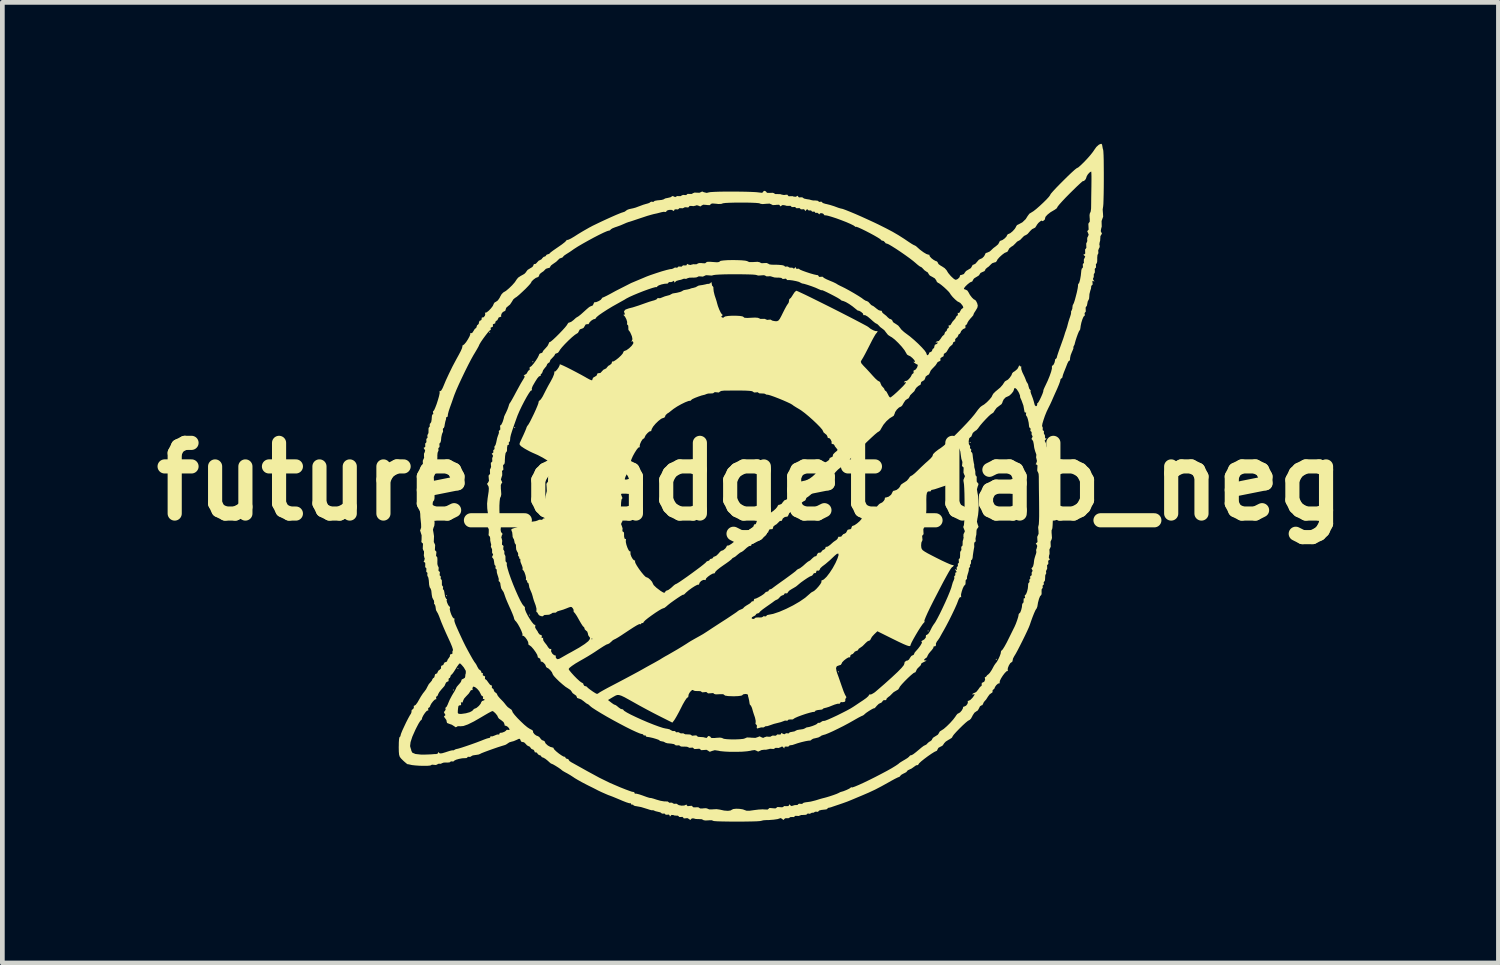
<source format=kicad_pcb>
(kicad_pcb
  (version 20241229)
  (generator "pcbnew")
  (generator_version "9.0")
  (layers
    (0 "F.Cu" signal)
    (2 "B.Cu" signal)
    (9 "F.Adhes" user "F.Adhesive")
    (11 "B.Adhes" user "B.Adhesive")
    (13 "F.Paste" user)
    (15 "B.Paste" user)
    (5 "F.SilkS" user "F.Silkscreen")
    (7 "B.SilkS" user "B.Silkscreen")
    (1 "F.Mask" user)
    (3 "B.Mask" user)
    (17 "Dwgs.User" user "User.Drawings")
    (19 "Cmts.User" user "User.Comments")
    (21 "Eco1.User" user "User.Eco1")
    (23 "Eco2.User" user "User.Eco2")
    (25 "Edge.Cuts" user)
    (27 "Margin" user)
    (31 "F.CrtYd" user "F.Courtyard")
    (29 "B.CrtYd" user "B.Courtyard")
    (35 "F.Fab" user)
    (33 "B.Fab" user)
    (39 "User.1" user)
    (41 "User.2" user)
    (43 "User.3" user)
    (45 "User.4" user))
  (footprint "future_gadget_lab_neg"
    (layer "F.Cu")
    (at 12.871 7.168)
    (property "Reference" "future_gadget_lab_neg" (at 0 0 0) (layer "F.SilkS") (effects (font (size 1.5 1.5) (thickness 0.3))))
    (attr board_only exclude_from_pos_files exclude_from_bom)
    (fp_poly (pts (xy -6.434 2.422) (xy -6.446 2.434) (xy -6.458 2.422) (xy -6.446 2.41)) (stroke (width 0) (type solid)) (fill yes) (layer "F.SilkS"))
    (fp_poly (pts (xy -6.29 4.422) (xy -6.302 4.434) (xy -6.314 4.422) (xy -6.302 4.41)) (stroke (width 0) (type solid)) (fill yes) (layer "F.SilkS"))
    (fp_poly (pts (xy -6.193 3.964) (xy -6.205 3.976) (xy -6.217 3.964) (xy -6.205 3.952)) (stroke (width 0) (type solid)) (fill yes) (layer "F.SilkS"))
    (fp_poly (pts (xy -5.519 -3.169) (xy -5.531 -3.157) (xy -5.543 -3.169) (xy -5.531 -3.181)) (stroke (width 0) (type solid)) (fill yes) (layer "F.SilkS"))
    (fp_poly (pts (xy -4.988 -1.145) (xy -5 -1.133) (xy -5.013 -1.145) (xy -5 -1.157)) (stroke (width 0) (type solid)) (fill yes) (layer "F.SilkS"))
    (fp_poly (pts (xy -4.675 2.832) (xy -4.687 2.844) (xy -4.699 2.832) (xy -4.687 2.82)) (stroke (width 0) (type solid)) (fill yes) (layer "F.SilkS"))
    (fp_poly (pts (xy -4.603 -2.542) (xy -4.615 -2.53) (xy -4.627 -2.542) (xy -4.615 -2.554)) (stroke (width 0) (type solid)) (fill yes) (layer "F.SilkS"))
    (fp_poly (pts (xy 1.88 4.037) (xy 1.868 4.049) (xy 1.856 4.037) (xy 1.868 4.024)) (stroke (width 0) (type solid)) (fill yes) (layer "F.SilkS"))
    (fp_poly (pts (xy 3.783 3.169) (xy 3.771 3.181) (xy 3.759 3.169) (xy 3.771 3.157)) (stroke (width 0) (type solid)) (fill yes) (layer "F.SilkS"))
    (fp_poly (pts (xy 4.675 -0.831) (xy 4.663 -0.819) (xy 4.651 -0.831) (xy 4.663 -0.843)) (stroke (width 0) (type solid)) (fill yes) (layer "F.SilkS"))
    (fp_poly (pts (xy 5.229 3.771) (xy 5.217 3.783) (xy 5.205 3.771) (xy 5.217 3.759)) (stroke (width 0) (type solid)) (fill yes) (layer "F.SilkS"))
    (fp_poly (pts (xy 7.461 -7.153) (xy 7.466 -7.127) (xy 7.477 -7.066) (xy 7.486 -7.037) (xy 7.49 -7) (xy 7.494 -6.923) (xy 7.497 -6.816) (xy 7.498 -6.685) (xy 7.499 -6.54) (xy 7.499 -6.39) (xy 7.498 -6.241) (xy 7.496 -6.103) (xy 7.493 -5.984) (xy 7.49 -5.893) (xy 7.485 -5.837) (xy 7.483 -5.826) (xy 7.475 -5.774) (xy 7.48 -5.705) (xy 7.481 -5.697) (xy 7.485 -5.62) (xy 7.469 -5.577) (xy 7.452 -5.529) (xy 7.453 -5.477) (xy 7.455 -5.411) (xy 7.443 -5.367) (xy 7.434 -5.313) (xy 7.446 -5.29) (xy 7.46 -5.257) (xy 7.446 -5.241) (xy 7.427 -5.207) (xy 7.425 -5.173) (xy 7.421 -5.11) (xy 7.412 -5.08) (xy 7.404 -5.032) (xy 7.41 -5.013) (xy 7.411 -4.974) (xy 7.398 -4.952) (xy 7.38 -4.905) (xy 7.382 -4.881) (xy 7.384 -4.843) (xy 7.376 -4.833) (xy 7.364 -4.803) (xy 7.359 -4.744) (xy 7.36 -4.723) (xy 7.358 -4.663) (xy 7.348 -4.629) (xy 7.343 -4.627) (xy 7.33 -4.608) (xy 7.333 -4.579) (xy 7.333 -4.54) (xy 7.321 -4.531) (xy 7.306 -4.511) (xy 7.309 -4.482) (xy 7.309 -4.437) (xy 7.298 -4.42) (xy 7.284 -4.388) (xy 7.287 -4.372) (xy 7.285 -4.334) (xy 7.276 -4.324) (xy 7.268 -4.296) (xy 7.283 -4.271) (xy 7.302 -4.244) (xy 7.288 -4.248) (xy 7.28 -4.253) (xy 7.257 -4.259) (xy 7.258 -4.228) (xy 7.26 -4.221) (xy 7.262 -4.181) (xy 7.25 -4.169) (xy 7.232 -4.151) (xy 7.232 -4.139) (xy 7.227 -4.095) (xy 7.212 -4.049) (xy 7.194 -3.978) (xy 7.191 -3.928) (xy 7.186 -3.877) (xy 7.174 -3.853) (xy 7.157 -3.82) (xy 7.149 -3.775) (xy 7.139 -3.728) (xy 7.124 -3.711) (xy 7.113 -3.691) (xy 7.115 -3.651) (xy 7.116 -3.606) (xy 7.103 -3.591) (xy 7.09 -3.573) (xy 7.094 -3.555) (xy 7.096 -3.523) (xy 7.088 -3.518) (xy 7.068 -3.497) (xy 7.045 -3.444) (xy 7.023 -3.374) (xy 7.008 -3.303) (xy 7.004 -3.27) (xy 6.996 -3.223) (xy 6.983 -3.205) (xy 6.97 -3.184) (xy 6.948 -3.132) (xy 6.923 -3.063) (xy 6.9 -2.992) (xy 6.884 -2.934) (xy 6.881 -2.916) (xy 6.868 -2.887) (xy 6.86 -2.874) (xy 6.851 -2.847) (xy 6.855 -2.844) (xy 6.854 -2.825) (xy 6.835 -2.777) (xy 6.824 -2.753) (xy 6.796 -2.683) (xy 6.783 -2.621) (xy 6.783 -2.61) (xy 6.78 -2.573) (xy 6.77 -2.567) (xy 6.752 -2.555) (xy 6.728 -2.51) (xy 6.724 -2.5) (xy 6.695 -2.425) (xy 6.661 -2.34) (xy 6.655 -2.326) (xy 6.632 -2.263) (xy 6.621 -2.219) (xy 6.621 -2.212) (xy 6.609 -2.194) (xy 6.603 -2.193) (xy 6.581 -2.174) (xy 6.579 -2.159) (xy 6.57 -2.122) (xy 6.545 -2.054) (xy 6.51 -1.971) (xy 6.506 -1.962) (xy 6.463 -1.867) (xy 6.423 -1.777) (xy 6.395 -1.712) (xy 6.36 -1.636) (xy 6.325 -1.566) (xy 6.323 -1.562) (xy 6.285 -1.483) (xy 6.249 -1.394) (xy 6.219 -1.306) (xy 6.197 -1.232) (xy 6.189 -1.182) (xy 6.193 -1.169) (xy 6.206 -1.138) (xy 6.202 -1.12) (xy 6.203 -1.089) (xy 6.214 -1.084) (xy 6.23 -1.067) (xy 6.227 -1.051) (xy 6.229 -1.012) (xy 6.239 -1.002) (xy 6.253 -0.97) (xy 6.25 -0.951) (xy 6.254 -0.92) (xy 6.269 -0.915) (xy 6.287 -0.91) (xy 6.266 -0.892) (xy 6.243 -0.866) (xy 6.258 -0.842) (xy 6.276 -0.8) (xy 6.274 -0.783) (xy 6.277 -0.746) (xy 6.286 -0.737) (xy 6.3 -0.705) (xy 6.297 -0.675) (xy 6.296 -0.636) (xy 6.308 -0.627) (xy 6.321 -0.607) (xy 6.32 -0.566) (xy 6.32 -0.518) (xy 6.338 -0.506) (xy 6.355 -0.496) (xy 6.342 -0.475) (xy 6.331 -0.428) (xy 6.338 -0.409) (xy 6.351 -0.358) (xy 6.347 -0.322) (xy 6.348 -0.274) (xy 6.362 -0.253) (xy 6.378 -0.218) (xy 6.374 -0.169) (xy 6.371 -0.113) (xy 6.385 -0.085) (xy 6.4 -0.05) (xy 6.396 0.014) (xy 6.391 0.082) (xy 6.398 0.136) (xy 6.398 0.138) (xy 6.405 0.177) (xy 6.411 0.252) (xy 6.415 0.352) (xy 6.418 0.47) (xy 6.419 0.595) (xy 6.418 0.718) (xy 6.417 0.831) (xy 6.413 0.923) (xy 6.408 0.987) (xy 6.401 1.012) (xy 6.401 1.012) (xy 6.391 1.033) (xy 6.391 1.087) (xy 6.394 1.12) (xy 6.399 1.196) (xy 6.387 1.239) (xy 6.383 1.243) (xy 6.369 1.276) (xy 6.371 1.327) (xy 6.373 1.382) (xy 6.359 1.411) (xy 6.344 1.444) (xy 6.347 1.479) (xy 6.348 1.536) (xy 6.338 1.566) (xy 6.332 1.614) (xy 6.342 1.632) (xy 6.355 1.658) (xy 6.338 1.663) (xy 6.318 1.682) (xy 6.321 1.711) (xy 6.321 1.749) (xy 6.309 1.759) (xy 6.294 1.778) (xy 6.297 1.807) (xy 6.297 1.853) (xy 6.286 1.87) (xy 6.272 1.902) (xy 6.275 1.918) (xy 6.276 1.954) (xy 6.268 1.962) (xy 6.256 1.992) (xy 6.254 2.047) (xy 6.25 2.099) (xy 6.236 2.121) (xy 6.235 2.121) (xy 6.222 2.138) (xy 6.226 2.157) (xy 6.225 2.188) (xy 6.214 2.193) (xy 6.199 2.211) (xy 6.202 2.229) (xy 6.203 2.26) (xy 6.193 2.265) (xy 6.18 2.286) (xy 6.178 2.336) (xy 6.179 2.338) (xy 6.179 2.388) (xy 6.168 2.41) (xy 6.168 2.41) (xy 6.147 2.432) (xy 6.124 2.488) (xy 6.103 2.567) (xy 6.089 2.651) (xy 6.074 2.692) (xy 6.066 2.701) (xy 6.048 2.73) (xy 6.02 2.792) (xy 5.987 2.875) (xy 5.954 2.966) (xy 5.929 3.04) (xy 5.909 3.091) (xy 5.873 3.171) (xy 5.826 3.27) (xy 5.773 3.378) (xy 5.719 3.485) (xy 5.669 3.582) (xy 5.628 3.657) (xy 5.601 3.701) (xy 5.597 3.707) (xy 5.571 3.758) (xy 5.567 3.785) (xy 5.557 3.823) (xy 5.543 3.832) (xy 5.515 3.852) (xy 5.485 3.9) (xy 5.463 3.956) (xy 5.459 4) (xy 5.461 4.007) (xy 5.466 4.023) (xy 5.458 4.018) (xy 5.435 4.025) (xy 5.398 4.062) (xy 5.356 4.117) (xy 5.318 4.177) (xy 5.293 4.229) (xy 5.289 4.26) (xy 5.29 4.282) (xy 5.282 4.28) (xy 5.254 4.287) (xy 5.218 4.319) (xy 5.189 4.36) (xy 5.181 4.386) (xy 5.163 4.409) (xy 5.155 4.41) (xy 5.138 4.427) (xy 5.141 4.444) (xy 5.133 4.477) (xy 5.113 4.488) (xy 5.075 4.516) (xy 5.037 4.568) (xy 5.037 4.569) (xy 5.002 4.624) (xy 4.971 4.658) (xy 4.97 4.658) (xy 4.943 4.697) (xy 4.94 4.712) (xy 4.921 4.744) (xy 4.905 4.747) (xy 4.872 4.768) (xy 4.854 4.805) (xy 4.826 4.855) (xy 4.793 4.876) (xy 4.754 4.904) (xy 4.717 4.96) (xy 4.711 4.974) (xy 4.68 5.03) (xy 4.65 5.059) (xy 4.644 5.061) (xy 4.615 5.077) (xy 4.565 5.118) (xy 4.501 5.177) (xy 4.433 5.244) (xy 4.369 5.31) (xy 4.318 5.367) (xy 4.29 5.406) (xy 4.287 5.417) (xy 4.273 5.437) (xy 4.228 5.466) (xy 4.206 5.478) (xy 4.146 5.516) (xy 4.108 5.556) (xy 4.104 5.566) (xy 4.073 5.606) (xy 4.034 5.625) (xy 3.99 5.649) (xy 3.976 5.674) (xy 3.958 5.71) (xy 3.946 5.716) (xy 3.905 5.735) (xy 3.841 5.775) (xy 3.766 5.827) (xy 3.691 5.883) (xy 3.625 5.936) (xy 3.581 5.977) (xy 3.568 5.996) (xy 3.555 6.017) (xy 3.546 6.015) (xy 3.516 6.02) (xy 3.478 6.047) (xy 3.421 6.088) (xy 3.378 6.108) (xy 3.337 6.128) (xy 3.326 6.144) (xy 3.306 6.166) (xy 3.257 6.192) (xy 3.253 6.193) (xy 3.204 6.22) (xy 3.181 6.243) (xy 3.181 6.244) (xy 3.163 6.265) (xy 3.158 6.266) (xy 3.128 6.277) (xy 3.067 6.307) (xy 2.986 6.351) (xy 2.935 6.38) (xy 2.78 6.466) (xy 2.646 6.536) (xy 2.511 6.599) (xy 2.362 6.663) (xy 2.268 6.702) (xy 2.181 6.739) (xy 2.123 6.763) (xy 2.056 6.79) (xy 1.965 6.823) (xy 1.895 6.847) (xy 1.812 6.875) (xy 1.744 6.898) (xy 1.711 6.91) (xy 1.669 6.92) (xy 1.657 6.92) (xy 1.639 6.933) (xy 1.639 6.935) (xy 1.619 6.953) (xy 1.597 6.957) (xy 1.506 6.967) (xy 1.457 6.981) (xy 1.446 6.996) (xy 1.428 7.008) (xy 1.411 7.004) (xy 1.372 7.005) (xy 1.361 7.014) (xy 1.333 7.028) (xy 1.325 7.025) (xy 1.296 7.029) (xy 1.29 7.035) (xy 1.259 7.049) (xy 1.24 7.045) (xy 1.21 7.045) (xy 1.205 7.054) (xy 1.184 7.069) (xy 1.134 7.073) (xy 1.132 7.073) (xy 1.077 7.075) (xy 1.047 7.087) (xy 1.018 7.096) (xy 0.988 7.092) (xy 0.95 7.092) (xy 0.94 7.104) (xy 0.921 7.119) (xy 0.894 7.117) (xy 0.85 7.118) (xy 0.833 7.13) (xy 0.801 7.145) (xy 0.78 7.141) (xy 0.736 7.145) (xy 0.721 7.16) (xy 0.699 7.181) (xy 0.677 7.16) (xy 0.645 7.14) (xy 0.627 7.145) (xy 0.578 7.161) (xy 0.497 7.173) (xy 0.399 7.181) (xy 0.341 7.182) (xy 0.278 7.186) (xy 0.237 7.196) (xy 0.235 7.197) (xy 0.203 7.203) (xy 0.133 7.208) (xy 0.034 7.211) (xy -0.086 7.213) (xy -0.219 7.215) (xy -0.355 7.215) (xy -0.486 7.213) (xy -0.605 7.211) (xy -0.701 7.208) (xy -0.767 7.203) (xy -0.795 7.197) (xy -0.795 7.196) (xy -0.816 7.186) (xy -0.869 7.186) (xy -0.892 7.188) (xy -0.956 7.191) (xy -0.997 7.183) (xy -1.002 7.178) (xy -1.033 7.164) (xy -1.09 7.161) (xy -1.093 7.161) (xy -1.157 7.159) (xy -1.203 7.147) (xy -1.241 7.146) (xy -1.256 7.16) (xy -1.278 7.181) (xy -1.298 7.161) (xy -1.338 7.14) (xy -1.371 7.144) (xy -1.413 7.147) (xy -1.422 7.132) (xy -1.441 7.114) (xy -1.47 7.116) (xy -1.508 7.117) (xy -1.518 7.105) (xy -1.538 7.089) (xy -1.56 7.089) (xy -1.615 7.084) (xy -1.635 7.075) (xy -1.674 7.073) (xy -1.689 7.088) (xy -1.707 7.109) (xy -1.711 7.088) (xy -1.729 7.065) (xy -1.759 7.068) (xy -1.798 7.068) (xy -1.807 7.056) (xy -1.825 7.042) (xy -1.842 7.045) (xy -1.876 7.045) (xy -1.884 7.037) (xy -1.911 7.018) (xy -1.952 7.008) (xy -2.011 6.994) (xy -2.042 6.981) (xy -2.069 6.97) (xy -2.072 6.974) (xy -2.093 6.974) (xy -2.143 6.961) (xy -2.172 6.951) (xy -2.318 6.906) (xy -2.432 6.885) (xy -2.44 6.885) (xy -2.476 6.873) (xy -2.482 6.862) (xy -2.497 6.852) (xy -2.506 6.856) (xy -2.528 6.852) (xy -2.53 6.841) (xy -2.539 6.823) (xy -2.545 6.826) (xy -2.572 6.824) (xy -2.632 6.805) (xy -2.714 6.773) (xy -2.755 6.755) (xy -2.846 6.717) (xy -2.921 6.686) (xy -2.968 6.668) (xy -2.976 6.665) (xy -3.013 6.652) (xy -3.076 6.625) (xy -3.151 6.592) (xy -3.219 6.56) (xy -3.237 6.551) (xy -3.277 6.53) (xy -3.348 6.494) (xy -3.437 6.45) (xy -3.478 6.429) (xy -3.576 6.378) (xy -3.665 6.328) (xy -3.732 6.288) (xy -3.747 6.277) (xy -3.821 6.229) (xy -3.9 6.183) (xy -3.904 6.182) (xy -3.961 6.15) (xy -3.997 6.127) (xy -4 6.123) (xy -4.027 6.101) (xy -4.076 6.067) (xy -4.133 6.031) (xy -4.183 6.002) (xy -4.214 5.988) (xy -4.217 5.988) (xy -4.233 5.981) (xy -4.271 5.949) (xy -4.293 5.928) (xy -4.347 5.884) (xy -4.391 5.858) (xy -4.402 5.856) (xy -4.431 5.842) (xy -4.434 5.832) (xy -4.453 5.81) (xy -4.468 5.808) (xy -4.505 5.788) (xy -4.516 5.77) (xy -4.54 5.745) (xy -4.554 5.747) (xy -4.575 5.742) (xy -4.579 5.725) (xy -4.596 5.692) (xy -4.612 5.687) (xy -4.65 5.668) (xy -4.66 5.651) (xy -4.689 5.619) (xy -4.705 5.615) (xy -4.74 5.596) (xy -4.767 5.565) (xy -4.803 5.531) (xy -4.831 5.527) (xy -4.862 5.518) (xy -4.876 5.491) (xy -4.888 5.461) (xy -4.91 5.457) (xy -4.959 5.48) (xy -4.961 5.481) (xy -5.022 5.507) (xy -5.068 5.519) (xy -5.07 5.519) (xy -5.117 5.534) (xy -5.138 5.549) (xy -5.185 5.58) (xy -5.206 5.589) (xy -5.272 5.609) (xy -5.36 5.637) (xy -5.458 5.671) (xy -5.556 5.706) (xy -5.642 5.738) (xy -5.705 5.763) (xy -5.734 5.778) (xy -5.734 5.778) (xy -5.765 5.791) (xy -5.823 5.8) (xy -5.832 5.801) (xy -5.89 5.81) (xy -5.922 5.827) (xy -5.924 5.83) (xy -5.949 5.843) (xy -5.966 5.84) (xy -5.996 5.84) (xy -6.001 5.849) (xy -6.021 5.866) (xy -6.055 5.868) (xy -6.114 5.871) (xy -6.183 5.884) (xy -6.245 5.902) (xy -6.284 5.922) (xy -6.29 5.93) (xy -6.308 5.941) (xy -6.326 5.937) (xy -6.357 5.936) (xy -6.362 5.945) (xy -6.383 5.958) (xy -6.435 5.962) (xy -6.446 5.961) (xy -6.505 5.962) (xy -6.541 5.974) (xy -6.543 5.976) (xy -6.574 5.989) (xy -6.589 5.986) (xy -6.628 5.989) (xy -6.638 5.999) (xy -6.671 6.013) (xy -6.713 6.01) (xy -6.757 6.006) (xy -6.772 6.016) (xy -6.794 6.025) (xy -6.851 6.03) (xy -6.931 6.031) (xy -7.02 6.029) (xy -7.107 6.023) (xy -7.178 6.015) (xy -7.206 6.009) (xy -7.253 5.998) (xy -7.273 5.997) (xy -7.292 5.985) (xy -7.335 5.949) (xy -7.369 5.918) (xy -7.412 5.875) (xy -7.439 5.839) (xy -7.453 5.795) (xy -7.459 5.731) (xy -7.461 5.632) (xy -7.461 5.628) (xy -7.46 5.612) (xy -7.22 5.612) (xy -7.21 5.651) (xy -7.195 5.696) (xy -7.194 5.711) (xy -7.171 5.753) (xy -7.105 5.78) (xy -6.993 5.792) (xy -6.921 5.793) (xy -6.833 5.79) (xy -6.765 5.787) (xy -6.73 5.784) (xy -6.73 5.784) (xy -6.692 5.781) (xy -6.669 5.782) (xy -6.634 5.771) (xy -6.627 5.755) (xy -6.622 5.736) (xy -6.607 5.754) (xy -6.586 5.768) (xy -6.543 5.765) (xy -6.468 5.743) (xy -6.451 5.737) (xy -6.379 5.714) (xy -6.329 5.702) (xy -6.314 5.702) (xy -6.298 5.703) (xy -6.284 5.695) (xy -6.249 5.677) (xy -6.242 5.676) (xy -6.201 5.667) (xy -6.127 5.645) (xy -6.03 5.613) (xy -5.92 5.575) (xy -5.809 5.535) (xy -5.707 5.496) (xy -5.652 5.474) (xy -5.589 5.451) (xy -5.545 5.44) (xy -5.537 5.44) (xy -5.52 5.428) (xy -5.519 5.418) (xy -5.509 5.402) (xy -5.503 5.405) (xy -5.474 5.406) (xy -5.424 5.387) (xy -5.422 5.386) (xy -5.372 5.366) (xy -5.341 5.367) (xy -5.341 5.367) (xy -5.327 5.364) (xy -5.326 5.354) (xy -5.314 5.331) (xy -5.308 5.331) (xy -5.268 5.327) (xy -5.22 5.309) (xy -5.186 5.286) (xy -5.181 5.277) (xy -5.163 5.265) (xy -5.145 5.269) (xy -5.114 5.269) (xy -5.109 5.259) (xy -5.125 5.227) (xy -5.159 5.195) (xy -5.193 5.179) (xy -5.203 5.181) (xy -5.215 5.172) (xy -5.217 5.147) (xy -5.237 5.103) (xy -5.286 5.063) (xy -5.287 5.062) (xy -5.334 5.03) (xy -5.354 5.002) (xy -5.355 5) (xy -5.369 4.967) (xy -5.404 4.922) (xy -5.445 4.883) (xy -5.473 4.868) (xy -5.5 4.88) (xy -5.559 4.911) (xy -5.64 4.958) (xy -5.704 4.996) (xy -5.865 5.089) (xy -5.992 5.152) (xy -6.088 5.186) (xy -6.154 5.192) (xy -6.163 5.19) (xy -6.21 5.19) (xy -6.228 5.203) (xy -6.254 5.213) (xy -6.282 5.192) (xy -6.334 5.159) (xy -6.387 5.141) (xy -6.435 5.122) (xy -6.443 5.097) (xy -6.45 5.059) (xy -6.475 5.024) (xy -6.502 4.988) (xy -6.489 4.971) (xy -6.487 4.97) (xy -6.469 4.954) (xy -6.486 4.924) (xy -6.495 4.907) (xy -6.208 4.907) (xy -6.191 4.927) (xy -6.143 4.93) (xy -6.12 4.928) (xy -6.036 4.916) (xy -5.958 4.894) (xy -5.954 4.893) (xy -5.903 4.866) (xy -5.88 4.842) (xy -5.88 4.841) (xy -5.861 4.821) (xy -5.852 4.82) (xy -5.811 4.802) (xy -5.762 4.761) (xy -5.723 4.714) (xy -5.711 4.683) (xy -5.692 4.655) (xy -5.675 4.651) (xy -5.643 4.637) (xy -5.639 4.626) (xy -5.654 4.611) (xy -5.663 4.615) (xy -5.677 4.611) (xy -5.672 4.592) (xy -5.672 4.56) (xy -5.683 4.555) (xy -5.709 4.535) (xy -5.725 4.5) (xy -5.753 4.447) (xy -5.797 4.396) (xy -5.843 4.36) (xy -5.879 4.35) (xy -5.883 4.352) (xy -5.898 4.384) (xy -5.894 4.402) (xy -5.894 4.425) (xy -5.905 4.422) (xy -5.931 4.428) (xy -5.945 4.451) (xy -5.974 4.496) (xy -6.023 4.548) (xy -6.029 4.554) (xy -6.074 4.605) (xy -6.096 4.652) (xy -6.097 4.658) (xy -6.108 4.688) (xy -6.125 4.685) (xy -6.143 4.683) (xy -6.138 4.707) (xy -6.138 4.741) (xy -6.158 4.747) (xy -6.182 4.75) (xy -6.195 4.766) (xy -6.202 4.809) (xy -6.207 4.859) (xy -6.208 4.907) (xy -6.495 4.907) (xy -6.503 4.89) (xy -6.484 4.869) (xy -6.465 4.838) (xy -6.469 4.822) (xy -6.472 4.798) (xy -6.465 4.796) (xy -6.444 4.775) (xy -6.419 4.724) (xy -6.412 4.705) (xy -6.38 4.63) (xy -6.334 4.543) (xy -6.311 4.504) (xy -6.272 4.44) (xy -6.247 4.392) (xy -6.242 4.377) (xy -6.226 4.35) (xy -6.188 4.306) (xy -6.181 4.299) (xy -6.144 4.254) (xy -6.131 4.222) (xy -6.132 4.218) (xy -6.123 4.198) (xy -6.095 4.186) (xy -6.058 4.163) (xy -6.051 4.141) (xy -6.046 4.092) (xy -6.038 4.066) (xy -6.038 4.016) (xy -6.078 3.947) (xy -6.083 3.94) (xy -6.126 3.889) (xy -6.158 3.859) (xy -6.165 3.856) (xy -6.186 3.875) (xy -6.222 3.924) (xy -6.254 3.976) (xy -6.295 4.041) (xy -6.328 4.085) (xy -6.343 4.097) (xy -6.36 4.116) (xy -6.362 4.133) (xy -6.376 4.165) (xy -6.389 4.169) (xy -6.405 4.187) (xy -6.402 4.205) (xy -6.405 4.236) (xy -6.42 4.241) (xy -6.457 4.263) (xy -6.482 4.318) (xy -6.483 4.325) (xy -6.499 4.347) (xy -6.538 4.391) (xy -6.556 4.411) (xy -6.6 4.466) (xy -6.625 4.511) (xy -6.627 4.521) (xy -6.642 4.551) (xy -6.654 4.555) (xy -6.67 4.572) (xy -6.666 4.592) (xy -6.663 4.618) (xy -6.672 4.617) (xy -6.696 4.626) (xy -6.733 4.663) (xy -6.769 4.71) (xy -6.793 4.755) (xy -6.796 4.771) (xy -6.814 4.794) (xy -6.823 4.796) (xy -6.838 4.813) (xy -6.835 4.833) (xy -6.833 4.858) (xy -6.844 4.856) (xy -6.867 4.866) (xy -6.902 4.905) (xy -6.937 4.957) (xy -6.963 5.008) (xy -6.971 5.042) (xy -6.971 5.043) (xy -6.982 5.06) (xy -6.987 5.061) (xy -7.006 5.081) (xy -7.04 5.135) (xy -7.082 5.215) (xy -7.107 5.265) (xy -7.172 5.411) (xy -7.21 5.528) (xy -7.22 5.612) (xy -7.46 5.612) (xy -7.459 5.535) (xy -7.454 5.464) (xy -7.446 5.426) (xy -7.443 5.422) (xy -7.425 5.403) (xy -7.422 5.385) (xy -7.412 5.349) (xy -7.385 5.282) (xy -7.346 5.198) (xy -7.303 5.107) (xy -7.26 5.023) (xy -7.223 4.956) (xy -7.201 4.923) (xy -7.188 4.885) (xy -7.191 4.872) (xy -7.185 4.845) (xy -7.167 4.834) (xy -7.14 4.804) (xy -7.142 4.784) (xy -7.14 4.756) (xy -7.127 4.754) (xy -7.101 4.737) (xy -7.065 4.689) (xy -7.038 4.642) (xy -6.992 4.562) (xy -6.945 4.491) (xy -6.923 4.464) (xy -6.88 4.406) (xy -6.853 4.353) (xy -6.822 4.296) (xy -6.792 4.263) (xy -6.758 4.222) (xy -6.748 4.196) (xy -6.731 4.17) (xy -6.724 4.169) (xy -6.704 4.149) (xy -6.699 4.121) (xy -6.687 4.085) (xy -6.669 4.079) (xy -6.643 4.065) (xy -6.639 4.049) (xy -6.619 4.011) (xy -6.594 3.994) (xy -6.563 3.964) (xy -6.564 3.94) (xy -6.56 3.909) (xy -6.542 3.904) (xy -6.511 3.885) (xy -6.507 3.868) (xy -6.487 3.836) (xy -6.47 3.832) (xy -6.438 3.818) (xy -6.434 3.806) (xy -6.419 3.769) (xy -6.398 3.744) (xy -6.374 3.706) (xy -6.375 3.685) (xy -6.368 3.666) (xy -6.349 3.663) (xy -6.32 3.649) (xy -6.322 3.628) (xy -6.321 3.594) (xy -6.311 3.586) (xy -6.311 3.562) (xy -6.329 3.504) (xy -6.363 3.421) (xy -6.407 3.325) (xy -6.461 3.207) (xy -6.513 3.088) (xy -6.556 2.985) (xy -6.577 2.93) (xy -6.606 2.853) (xy -6.631 2.796) (xy -6.645 2.773) (xy -6.67 2.727) (xy -6.682 2.645) (xy -6.694 2.609) (xy -6.704 2.603) (xy -6.713 2.585) (xy -6.709 2.57) (xy -6.713 2.526) (xy -6.728 2.503) (xy -6.75 2.458) (xy -6.762 2.391) (xy -6.763 2.377) (xy -6.77 2.313) (xy -6.784 2.272) (xy -6.787 2.268) (xy -6.804 2.242) (xy -6.816 2.188) (xy -6.823 2.096) (xy -6.824 2.09) (xy -6.833 2.037) (xy -6.847 2.011) (xy -6.857 1.981) (xy -6.852 1.963) (xy -6.853 1.933) (xy -6.863 1.928) (xy -6.878 1.909) (xy -6.875 1.88) (xy -6.874 1.841) (xy -6.886 1.831) (xy -6.9 1.811) (xy -6.898 1.771) (xy -6.899 1.723) (xy -6.916 1.711) (xy -6.934 1.701) (xy -6.921 1.68) (xy -6.909 1.633) (xy -6.917 1.614) (xy -6.929 1.563) (xy -6.925 1.527) (xy -6.925 1.48) (xy -6.938 1.46) (xy -6.951 1.427) (xy -6.949 1.373) (xy -6.946 1.317) (xy -6.963 1.301) (xy -6.981 1.283) (xy -6.976 1.226) (xy -6.975 1.14) (xy -6.99 1.093) (xy -7.008 1.035) (xy -6.997 1.011) (xy -6.985 0.971) (xy -6.987 0.897) (xy -6.991 0.861) (xy -7.002 0.752) (xy -7.007 0.612) (xy -7.007 0.589) (xy -6.748 0.589) (xy -6.745 0.678) (xy -6.737 0.746) (xy -6.725 0.782) (xy -6.724 0.783) (xy -6.706 0.817) (xy -6.7 0.876) (xy -6.706 0.937) (xy -6.723 0.978) (xy -6.723 0.978) (xy -6.735 1.022) (xy -6.724 1.082) (xy -6.712 1.159) (xy -6.715 1.228) (xy -6.717 1.282) (xy -6.703 1.311) (xy -6.688 1.345) (xy -6.691 1.399) (xy -6.694 1.454) (xy -6.678 1.47) (xy -6.661 1.49) (xy -6.665 1.53) (xy -6.669 1.576) (xy -6.656 1.591) (xy -6.642 1.612) (xy -6.64 1.667) (xy -6.641 1.686) (xy -6.641 1.75) (xy -6.63 1.791) (xy -6.626 1.796) (xy -6.612 1.829) (xy -6.616 1.858) (xy -6.617 1.895) (xy -6.603 1.904) (xy -6.587 1.922) (xy -6.591 1.952) (xy -6.593 1.99) (xy -6.581 2) (xy -6.567 2.018) (xy -6.57 2.036) (xy -6.571 2.067) (xy -6.561 2.072) (xy -6.547 2.093) (xy -6.545 2.143) (xy -6.545 2.145) (xy -6.545 2.195) (xy -6.532 2.217) (xy -6.531 2.217) (xy -6.518 2.235) (xy -6.522 2.253) (xy -6.524 2.284) (xy -6.515 2.289) (xy -6.5 2.311) (xy -6.49 2.363) (xy -6.488 2.379) (xy -6.477 2.442) (xy -6.456 2.483) (xy -6.452 2.487) (xy -6.435 2.503) (xy -6.439 2.506) (xy -6.446 2.524) (xy -6.435 2.566) (xy -6.415 2.612) (xy -6.393 2.645) (xy -6.382 2.651) (xy -6.371 2.666) (xy -6.375 2.677) (xy -6.378 2.712) (xy -6.365 2.767) (xy -6.343 2.828) (xy -6.317 2.878) (xy -6.295 2.903) (xy -6.288 2.903) (xy -6.276 2.908) (xy -6.28 2.925) (xy -6.282 2.944) (xy -6.276 2.976) (xy -6.259 3.025) (xy -6.228 3.098) (xy -6.182 3.201) (xy -6.118 3.339) (xy -6.09 3.398) (xy -6.046 3.487) (xy -5.994 3.585) (xy -5.941 3.681) (xy -5.893 3.766) (xy -5.855 3.827) (xy -5.833 3.856) (xy -5.814 3.885) (xy -5.79 3.934) (xy -5.762 3.981) (xy -5.736 4) (xy -5.714 4.02) (xy -5.711 4.038) (xy -5.7 4.063) (xy -5.688 4.061) (xy -5.674 4.065) (xy -5.678 4.083) (xy -5.675 4.115) (xy -5.654 4.121) (xy -5.628 4.136) (xy -5.63 4.157) (xy -5.632 4.188) (xy -5.623 4.193) (xy -5.597 4.212) (xy -5.563 4.258) (xy -5.558 4.266) (xy -5.524 4.31) (xy -5.497 4.326) (xy -5.493 4.325) (xy -5.481 4.33) (xy -5.485 4.349) (xy -5.485 4.38) (xy -5.473 4.386) (xy -5.449 4.405) (xy -5.446 4.423) (xy -5.427 4.463) (xy -5.41 4.474) (xy -5.378 4.501) (xy -5.374 4.515) (xy -5.358 4.547) (xy -5.317 4.596) (xy -5.296 4.617) (xy -5.241 4.674) (xy -5.199 4.725) (xy -5.191 4.737) (xy -5.149 4.784) (xy -5.107 4.814) (xy -5.066 4.843) (xy -5.054 4.867) (xy -5.042 4.898) (xy -5.001 4.952) (xy -4.941 5.019) (xy -4.87 5.09) (xy -4.798 5.158) (xy -4.733 5.212) (xy -4.683 5.245) (xy -4.679 5.247) (xy -4.63 5.272) (xy -4.611 5.292) (xy -4.612 5.295) (xy -4.61 5.321) (xy -4.583 5.358) (xy -4.544 5.388) (xy -4.516 5.398) (xy -4.48 5.417) (xy -4.458 5.446) (xy -4.424 5.485) (xy -4.397 5.494) (xy -4.366 5.509) (xy -4.362 5.521) (xy -4.343 5.558) (xy -4.297 5.6) (xy -4.243 5.63) (xy -4.211 5.638) (xy -4.179 5.648) (xy -4.175 5.66) (xy -4.161 5.684) (xy -4.12 5.724) (xy -4.065 5.769) (xy -4.008 5.809) (xy -3.963 5.835) (xy -3.942 5.838) (xy -3.929 5.842) (xy -3.928 5.852) (xy -3.909 5.877) (xy -3.892 5.88) (xy -3.86 5.892) (xy -3.856 5.903) (xy -3.837 5.93) (xy -3.796 5.957) (xy -3.754 5.98) (xy -3.679 6.022) (xy -3.582 6.076) (xy -3.473 6.137) (xy -3.453 6.148) (xy -3.201 6.285) (xy -2.976 6.395) (xy -2.769 6.484) (xy -2.759 6.488) (xy -2.643 6.534) (xy -2.564 6.563) (xy -2.514 6.58) (xy -2.487 6.585) (xy -2.476 6.585) (xy -2.459 6.598) (xy -2.458 6.607) (xy -2.449 6.624) (xy -2.444 6.621) (xy -2.416 6.622) (xy -2.356 6.637) (xy -2.277 6.664) (xy -2.275 6.665) (xy -2.198 6.693) (xy -2.143 6.71) (xy -2.121 6.713) (xy -2.121 6.713) (xy -2.1 6.715) (xy -2.047 6.73) (xy -1.993 6.748) (xy -1.909 6.772) (xy -1.833 6.785) (xy -1.8 6.786) (xy -1.753 6.788) (xy -1.735 6.802) (xy -1.718 6.815) (xy -1.7 6.812) (xy -1.66 6.813) (xy -1.649 6.823) (xy -1.617 6.838) (xy -1.601 6.835) (xy -1.564 6.835) (xy -1.555 6.842) (xy -1.519 6.865) (xy -1.46 6.876) (xy -1.403 6.873) (xy -1.38 6.863) (xy -1.354 6.852) (xy -1.35 6.868) (xy -1.33 6.887) (xy -1.289 6.882) (xy -1.242 6.879) (xy -1.229 6.894) (xy -1.208 6.912) (xy -1.157 6.911) (xy -1.106 6.91) (xy -1.084 6.923) (xy -1.084 6.924) (xy -1.064 6.936) (xy -1.012 6.935) (xy -1.001 6.933) (xy -0.941 6.93) (xy -0.904 6.941) (xy -0.902 6.944) (xy -0.87 6.956) (xy -0.811 6.956) (xy -0.799 6.954) (xy -0.717 6.95) (xy -0.641 6.961) (xy -0.639 6.962) (xy -0.556 6.98) (xy -0.477 6.986) (xy -0.419 6.978) (xy -0.398 6.965) (xy -0.364 6.948) (xy -0.301 6.941) (xy -0.227 6.944) (xy -0.159 6.955) (xy -0.122 6.969) (xy -0.08 6.984) (xy -0.017 6.984) (xy 0.076 6.971) (xy 0.171 6.959) (xy 0.258 6.954) (xy 0.307 6.957) (xy 0.367 6.959) (xy 0.386 6.942) (xy 0.406 6.925) (xy 0.468 6.93) (xy 0.47 6.93) (xy 0.532 6.935) (xy 0.554 6.92) (xy 0.554 6.92) (xy 0.575 6.904) (xy 0.627 6.908) (xy 0.678 6.911) (xy 0.699 6.899) (xy 0.699 6.899) (xy 0.719 6.885) (xy 0.759 6.886) (xy 0.808 6.885) (xy 0.82 6.865) (xy 0.824 6.844) (xy 0.841 6.865) (xy 0.875 6.885) (xy 0.895 6.878) (xy 0.947 6.863) (xy 0.97 6.864) (xy 1.005 6.859) (xy 1.012 6.848) (xy 1.031 6.834) (xy 1.06 6.837) (xy 1.099 6.839) (xy 1.109 6.829) (xy 1.13 6.814) (xy 1.183 6.803) (xy 1.199 6.802) (xy 1.28 6.79) (xy 1.372 6.767) (xy 1.4 6.759) (xy 1.477 6.735) (xy 1.542 6.717) (xy 1.56 6.713) (xy 1.612 6.699) (xy 1.685 6.677) (xy 1.763 6.651) (xy 1.831 6.626) (xy 1.873 6.607) (xy 1.88 6.603) (xy 1.912 6.587) (xy 1.916 6.586) (xy 1.975 6.569) (xy 2.043 6.542) (xy 2.1 6.514) (xy 2.126 6.495) (xy 2.143 6.483) (xy 2.144 6.487) (xy 2.165 6.489) (xy 2.22 6.47) (xy 2.303 6.435) (xy 2.408 6.387) (xy 2.526 6.33) (xy 2.652 6.267) (xy 2.777 6.202) (xy 2.896 6.139) (xy 3.001 6.08) (xy 3.084 6.029) (xy 3.14 5.991) (xy 3.157 5.975) (xy 3.184 5.956) (xy 3.238 5.923) (xy 3.271 5.904) (xy 3.331 5.867) (xy 3.368 5.837) (xy 3.374 5.827) (xy 3.393 5.809) (xy 3.404 5.808) (xy 3.426 5.802) (xy 3.46 5.782) (xy 3.513 5.741) (xy 3.591 5.676) (xy 3.635 5.639) (xy 3.681 5.605) (xy 3.712 5.591) (xy 3.742 5.573) (xy 3.752 5.559) (xy 3.791 5.523) (xy 3.814 5.512) (xy 3.849 5.484) (xy 3.856 5.465) (xy 3.876 5.435) (xy 3.924 5.404) (xy 3.928 5.402) (xy 3.978 5.37) (xy 4 5.337) (xy 4 5.335) (xy 4.02 5.301) (xy 4.055 5.279) (xy 4.103 5.248) (xy 4.168 5.191) (xy 4.239 5.121) (xy 4.304 5.048) (xy 4.351 4.986) (xy 4.36 4.97) (xy 4.392 4.929) (xy 4.417 4.916) (xy 4.45 4.897) (xy 4.486 4.855) (xy 4.51 4.81) (xy 4.512 4.79) (xy 4.526 4.774) (xy 4.542 4.772) (xy 4.577 4.754) (xy 4.606 4.717) (xy 4.616 4.678) (xy 4.61 4.666) (xy 4.615 4.653) (xy 4.63 4.651) (xy 4.667 4.633) (xy 4.712 4.588) (xy 4.722 4.575) (xy 4.755 4.527) (xy 4.757 4.51) (xy 4.738 4.514) (xy 4.71 4.518) (xy 4.711 4.506) (xy 4.746 4.484) (xy 4.76 4.482) (xy 4.793 4.463) (xy 4.831 4.417) (xy 4.836 4.41) (xy 4.87 4.362) (xy 4.897 4.338) (xy 4.9 4.338) (xy 4.911 4.32) (xy 4.907 4.302) (xy 4.911 4.27) (xy 4.926 4.265) (xy 4.962 4.246) (xy 4.981 4.203) (xy 4.975 4.166) (xy 4.974 4.15) (xy 4.981 4.15) (xy 5.003 4.139) (xy 5.004 4.135) (xy 5.026 4.106) (xy 5.047 4.092) (xy 5.08 4.058) (xy 5.12 3.998) (xy 5.136 3.969) (xy 5.17 3.906) (xy 5.198 3.864) (xy 5.205 3.856) (xy 5.23 3.825) (xy 5.261 3.769) (xy 5.291 3.704) (xy 5.311 3.648) (xy 5.315 3.617) (xy 5.315 3.616) (xy 5.321 3.591) (xy 5.332 3.584) (xy 5.355 3.559) (xy 5.392 3.5) (xy 5.438 3.417) (xy 5.467 3.359) (xy 5.516 3.26) (xy 5.56 3.171) (xy 5.592 3.106) (xy 5.603 3.085) (xy 5.632 3.019) (xy 5.66 2.943) (xy 5.682 2.873) (xy 5.692 2.824) (xy 5.692 2.814) (xy 5.705 2.796) (xy 5.708 2.795) (xy 5.727 2.775) (xy 5.746 2.725) (xy 5.761 2.664) (xy 5.766 2.61) (xy 5.766 2.609) (xy 5.777 2.581) (xy 5.784 2.579) (xy 5.797 2.558) (xy 5.797 2.519) (xy 5.8 2.478) (xy 5.815 2.475) (xy 5.83 2.472) (xy 5.825 2.45) (xy 5.821 2.416) (xy 5.829 2.41) (xy 5.849 2.389) (xy 5.87 2.337) (xy 5.886 2.272) (xy 5.893 2.211) (xy 5.892 2.199) (xy 5.898 2.157) (xy 5.911 2.145) (xy 5.923 2.127) (xy 5.92 2.109) (xy 5.919 2.078) (xy 5.928 2.072) (xy 5.941 2.055) (xy 5.937 2.036) (xy 5.939 2.005) (xy 5.952 2) (xy 5.971 1.983) (xy 5.968 1.965) (xy 5.969 1.926) (xy 5.979 1.914) (xy 5.988 1.887) (xy 5.977 1.868) (xy 5.963 1.838) (xy 5.978 1.827) (xy 5.998 1.799) (xy 6.012 1.743) (xy 6.013 1.734) (xy 6.02 1.675) (xy 6.026 1.64) (xy 6.027 1.639) (xy 6.036 1.606) (xy 6.037 1.603) (xy 6.05 1.561) (xy 6.06 1.535) (xy 6.069 1.493) (xy 6.065 1.478) (xy 6.063 1.448) (xy 6.075 1.417) (xy 6.087 1.365) (xy 6.072 1.336) (xy 6.055 1.308) (xy 6.073 1.301) (xy 6.092 1.282) (xy 6.089 1.23) (xy 6.086 1.173) (xy 6.1 1.143) (xy 6.115 1.108) (xy 6.113 1.042) (xy 6.112 1.035) (xy 6.106 0.973) (xy 6.112 0.935) (xy 6.115 0.932) (xy 6.12 0.905) (xy 6.124 0.838) (xy 6.127 0.738) (xy 6.127 0.612) (xy 6.126 0.469) (xy 6.126 0.454) (xy 6.124 0.303) (xy 6.122 0.162) (xy 6.121 0.042) (xy 6.12 -0.049) (xy 6.12 -0.101) (xy 6.12 -0.101) (xy 6.116 -0.163) (xy 6.102 -0.201) (xy 6.098 -0.204) (xy 6.086 -0.236) (xy 6.089 -0.29) (xy 6.092 -0.344) (xy 6.072 -0.361) (xy 6.071 -0.361) (xy 6.052 -0.369) (xy 6.066 -0.389) (xy 6.081 -0.436) (xy 6.073 -0.471) (xy 6.062 -0.517) (xy 6.065 -0.539) (xy 6.068 -0.569) (xy 6.06 -0.595) (xy 6.042 -0.644) (xy 6.037 -0.663) (xy 6.028 -0.697) (xy 6.027 -0.699) (xy 6.021 -0.729) (xy 6.014 -0.786) (xy 6.013 -0.794) (xy 6.001 -0.853) (xy 5.981 -0.886) (xy 5.978 -0.887) (xy 5.963 -0.905) (xy 5.977 -0.928) (xy 5.989 -0.963) (xy 5.979 -0.975) (xy 5.965 -1.007) (xy 5.968 -1.025) (xy 5.967 -1.055) (xy 5.956 -1.06) (xy 5.94 -1.078) (xy 5.944 -1.096) (xy 5.945 -1.128) (xy 5.936 -1.133) (xy 5.917 -1.153) (xy 5.913 -1.175) (xy 5.905 -1.248) (xy 5.889 -1.32) (xy 5.871 -1.374) (xy 5.856 -1.393) (xy 5.845 -1.418) (xy 5.849 -1.439) (xy 5.852 -1.465) (xy 5.841 -1.464) (xy 5.82 -1.47) (xy 5.815 -1.49) (xy 5.793 -1.613) (xy 5.75 -1.731) (xy 5.746 -1.738) (xy 5.725 -1.785) (xy 5.722 -1.807) (xy 5.723 -1.807) (xy 5.721 -1.826) (xy 5.702 -1.875) (xy 5.687 -1.905) (xy 5.649 -1.962) (xy 5.616 -1.986) (xy 5.595 -1.973) (xy 5.591 -1.946) (xy 5.575 -1.909) (xy 5.537 -1.862) (xy 5.493 -1.822) (xy 5.462 -1.807) (xy 5.418 -1.788) (xy 5.375 -1.744) (xy 5.351 -1.694) (xy 5.35 -1.684) (xy 5.33 -1.644) (xy 5.284 -1.61) (xy 5.224 -1.564) (xy 5.186 -1.512) (xy 5.157 -1.465) (xy 5.13 -1.446) (xy 5.103 -1.429) (xy 5.055 -1.386) (xy 4.995 -1.325) (xy 4.934 -1.259) (xy 4.88 -1.196) (xy 4.844 -1.148) (xy 4.836 -1.135) (xy 4.799 -1.093) (xy 4.764 -1.071) (xy 4.719 -1.032) (xy 4.704 -0.994) (xy 4.686 -0.952) (xy 4.665 -0.94) (xy 4.643 -0.918) (xy 4.632 -0.86) (xy 4.632 -0.856) (xy 4.635 -0.8) (xy 4.648 -0.772) (xy 4.651 -0.771) (xy 4.664 -0.753) (xy 4.66 -0.735) (xy 4.66 -0.704) (xy 4.672 -0.699) (xy 4.687 -0.681) (xy 4.684 -0.663) (xy 4.682 -0.632) (xy 4.691 -0.627) (xy 4.708 -0.606) (xy 4.715 -0.572) (xy 4.721 -0.516) (xy 4.731 -0.446) (xy 4.742 -0.386) (xy 4.749 -0.361) (xy 4.749 -0.329) (xy 4.749 -0.328) (xy 4.754 -0.289) (xy 4.762 -0.268) (xy 4.773 -0.212) (xy 4.773 -0.175) (xy 4.778 -0.133) (xy 4.791 -0.12) (xy 4.803 -0.1) (xy 4.801 -0.058) (xy 4.803 0.000239) (xy 4.821 0.025) (xy 4.841 0.049) (xy 4.83 0.09) (xy 4.824 0.101) (xy 4.807 0.165) (xy 4.819 0.241) (xy 4.832 0.308) (xy 4.84 0.402) (xy 4.844 0.504) (xy 4.844 0.506) (xy 4.841 0.608) (xy 4.832 0.703) (xy 4.82 0.771) (xy 4.819 0.771) (xy 4.807 0.851) (xy 4.824 0.911) (xy 4.841 0.957) (xy 4.828 0.983) (xy 4.822 0.986) (xy 4.8 1.023) (xy 4.797 1.063) (xy 4.794 1.127) (xy 4.785 1.163) (xy 4.776 1.217) (xy 4.78 1.241) (xy 4.78 1.272) (xy 4.769 1.277) (xy 4.751 1.297) (xy 4.748 1.331) (xy 4.75 1.379) (xy 4.748 1.398) (xy 4.741 1.433) (xy 4.731 1.495) (xy 4.721 1.562) (xy 4.716 1.615) (xy 4.715 1.621) (xy 4.703 1.656) (xy 4.691 1.663) (xy 4.679 1.68) (xy 4.683 1.696) (xy 4.679 1.741) (xy 4.668 1.756) (xy 4.655 1.779) (xy 4.661 1.783) (xy 4.665 1.798) (xy 4.651 1.819) (xy 4.633 1.849) (xy 4.635 1.856) (xy 4.636 1.876) (xy 4.624 1.926) (xy 4.616 1.95) (xy 4.598 2.012) (xy 4.594 2.052) (xy 4.597 2.058) (xy 4.593 2.072) (xy 4.585 2.072) (xy 4.568 2.093) (xy 4.566 2.133) (xy 4.564 2.178) (xy 4.553 2.193) (xy 4.532 2.214) (xy 4.507 2.265) (xy 4.485 2.33) (xy 4.47 2.391) (xy 4.47 2.432) (xy 4.471 2.436) (xy 4.476 2.454) (xy 4.464 2.45) (xy 4.44 2.459) (xy 4.415 2.507) (xy 4.409 2.524) (xy 4.382 2.595) (xy 4.337 2.696) (xy 4.28 2.816) (xy 4.217 2.943) (xy 4.153 3.065) (xy 4.109 3.145) (xy 4.066 3.22) (xy 4.03 3.285) (xy 4.015 3.313) (xy 3.978 3.368) (xy 3.957 3.394) (xy 3.936 3.438) (xy 3.938 3.461) (xy 3.931 3.49) (xy 3.911 3.494) (xy 3.885 3.501) (xy 3.886 3.509) (xy 3.88 3.533) (xy 3.848 3.577) (xy 3.83 3.596) (xy 3.786 3.649) (xy 3.761 3.691) (xy 3.759 3.7) (xy 3.74 3.734) (xy 3.723 3.744) (xy 3.691 3.77) (xy 3.687 3.784) (xy 3.702 3.799) (xy 3.711 3.796) (xy 3.734 3.791) (xy 3.735 3.795) (xy 3.715 3.812) (xy 3.672 3.833) (xy 3.631 3.855) (xy 3.623 3.872) (xy 3.616 3.895) (xy 3.581 3.931) (xy 3.578 3.933) (xy 3.536 3.976) (xy 3.518 4.014) (xy 3.503 4.045) (xy 3.49 4.049) (xy 3.459 4.065) (xy 3.407 4.108) (xy 3.342 4.168) (xy 3.275 4.235) (xy 3.215 4.299) (xy 3.172 4.351) (xy 3.157 4.38) (xy 3.137 4.411) (xy 3.099 4.433) (xy 3.04 4.468) (xy 3.008 4.499) (xy 2.959 4.548) (xy 2.928 4.57) (xy 2.892 4.602) (xy 2.886 4.624) (xy 2.873 4.639) (xy 2.856 4.636) (xy 2.818 4.642) (xy 2.805 4.661) (xy 2.776 4.694) (xy 2.758 4.699) (xy 2.723 4.717) (xy 2.68 4.759) (xy 2.677 4.763) (xy 2.644 4.801) (xy 2.627 4.812) (xy 2.627 4.811) (xy 2.61 4.813) (xy 2.567 4.836) (xy 2.513 4.869) (xy 2.46 4.905) (xy 2.423 4.935) (xy 2.414 4.946) (xy 2.387 4.964) (xy 2.386 4.964) (xy 2.357 4.976) (xy 2.298 5.006) (xy 2.22 5.05) (xy 2.189 5.068) (xy 2.088 5.125) (xy 1.974 5.186) (xy 1.858 5.244) (xy 1.749 5.297) (xy 1.655 5.339) (xy 1.587 5.366) (xy 1.555 5.374) (xy 1.51 5.389) (xy 1.49 5.404) (xy 1.443 5.429) (xy 1.386 5.443) (xy 1.33 5.456) (xy 1.299 5.475) (xy 1.273 5.495) (xy 1.268 5.495) (xy 1.231 5.497) (xy 1.165 5.509) (xy 1.085 5.528) (xy 1.007 5.55) (xy 0.951 5.569) (xy 0.892 5.589) (xy 0.85 5.594) (xy 0.849 5.594) (xy 0.822 5.603) (xy 0.819 5.612) (xy 0.8 5.625) (xy 0.771 5.622) (xy 0.731 5.624) (xy 0.723 5.642) (xy 0.718 5.662) (xy 0.7 5.641) (xy 0.674 5.619) (xy 0.644 5.635) (xy 0.596 5.653) (xy 0.572 5.65) (xy 0.532 5.65) (xy 0.52 5.66) (xy 0.488 5.675) (xy 0.469 5.672) (xy 0.418 5.669) (xy 0.392 5.676) (xy 0.333 5.689) (xy 0.294 5.689) (xy 0.235 5.697) (xy 0.204 5.712) (xy 0.164 5.729) (xy 0.134 5.713) (xy 0.093 5.696) (xy 0.029 5.704) (xy 0.008 5.71) (xy -0.067 5.722) (xy -0.174 5.731) (xy -0.3 5.734) (xy -0.429 5.734) (xy -0.547 5.728) (xy -0.639 5.719) (xy -0.675 5.711) (xy -0.755 5.699) (xy -0.815 5.716) (xy -0.86 5.733) (xy -0.886 5.719) (xy -0.891 5.713) (xy -0.931 5.691) (xy -0.986 5.695) (xy -1.042 5.699) (xy -1.06 5.684) (xy -1.081 5.668) (xy -1.133 5.672) (xy -1.187 5.675) (xy -1.205 5.66) (xy -1.224 5.644) (xy -1.253 5.646) (xy -1.298 5.648) (xy -1.314 5.638) (xy -1.344 5.626) (xy -1.402 5.623) (xy -1.411 5.624) (xy -1.466 5.622) (xy -1.493 5.611) (xy -1.494 5.608) (xy -1.513 5.595) (xy -1.541 5.598) (xy -1.583 5.598) (xy -1.596 5.586) (xy -1.623 5.57) (xy -1.68 5.56) (xy -1.7 5.558) (xy -1.764 5.552) (xy -1.805 5.539) (xy -1.81 5.535) (xy -1.843 5.518) (xy -1.876 5.512) (xy -1.917 5.503) (xy -1.928 5.492) (xy -1.949 5.478) (xy -2.001 5.46) (xy -2.068 5.44) (xy -2.135 5.425) (xy -2.185 5.417) (xy -2.199 5.417) (xy -2.216 5.404) (xy -2.217 5.397) (xy -2.232 5.382) (xy -2.241 5.386) (xy -2.263 5.386) (xy -2.265 5.379) (xy -2.284 5.359) (xy -2.295 5.358) (xy -2.341 5.346) (xy -2.418 5.314) (xy -2.522 5.266) (xy -2.644 5.205) (xy -2.777 5.135) (xy -2.914 5.061) (xy -3.048 4.986) (xy -3.171 4.914) (xy -3.277 4.849) (xy -3.358 4.796) (xy -3.407 4.757) (xy -3.418 4.744) (xy -3.445 4.723) (xy -3.447 4.723) (xy -3.477 4.708) (xy -3.524 4.671) (xy -3.533 4.663) (xy -3.572 4.635) (xy -3.021 4.635) (xy -2.951 4.69) (xy -2.904 4.724) (xy -2.876 4.737) (xy -2.873 4.737) (xy -2.852 4.746) (xy -2.811 4.778) (xy -2.803 4.786) (xy -2.756 4.82) (xy -2.723 4.831) (xy -2.72 4.83) (xy -2.7 4.834) (xy -2.699 4.84) (xy -2.678 4.864) (xy -2.619 4.901) (xy -2.532 4.947) (xy -2.423 4.999) (xy -2.302 5.054) (xy -2.176 5.108) (xy -2.053 5.157) (xy -1.942 5.198) (xy -1.85 5.228) (xy -1.786 5.242) (xy -1.771 5.243) (xy -1.714 5.257) (xy -1.69 5.273) (xy -1.646 5.294) (xy -1.624 5.292) (xy -1.595 5.294) (xy -1.591 5.305) (xy -1.573 5.321) (xy -1.555 5.317) (xy -1.516 5.319) (xy -1.505 5.329) (xy -1.472 5.344) (xy -1.456 5.341) (xy -1.419 5.341) (xy -1.411 5.349) (xy -1.38 5.362) (xy -1.325 5.364) (xy -1.275 5.367) (xy -1.253 5.381) (xy -1.253 5.381) (xy -1.233 5.393) (xy -1.193 5.388) (xy -1.147 5.385) (xy -1.133 5.398) (xy -1.112 5.415) (xy -1.066 5.419) (xy -1 5.423) (xy -0.958 5.434) (xy -0.923 5.438) (xy -0.916 5.425) (xy -0.896 5.401) (xy -0.88 5.398) (xy -0.848 5.413) (xy -0.843 5.425) (xy -0.824 5.441) (xy -0.762 5.441) (xy -0.725 5.437) (xy -0.645 5.432) (xy -0.598 5.44) (xy -0.591 5.446) (xy -0.56 5.458) (xy -0.495 5.466) (xy -0.408 5.47) (xy -0.313 5.47) (xy -0.223 5.466) (xy -0.151 5.459) (xy -0.111 5.447) (xy -0.107 5.444) (xy -0.071 5.429) (xy 0.004 5.432) (xy 0.016 5.434) (xy 0.107 5.438) (xy 0.158 5.421) (xy 0.197 5.405) (xy 0.229 5.422) (xy 0.271 5.439) (xy 0.296 5.426) (xy 0.344 5.41) (xy 0.378 5.413) (xy 0.424 5.414) (xy 0.443 5.402) (xy 0.475 5.388) (xy 0.506 5.391) (xy 0.544 5.391) (xy 0.554 5.379) (xy 0.573 5.364) (xy 0.602 5.367) (xy 0.642 5.366) (xy 0.651 5.35) (xy 0.659 5.332) (xy 0.685 5.348) (xy 0.721 5.362) (xy 0.734 5.352) (xy 0.766 5.338) (xy 0.784 5.341) (xy 0.815 5.343) (xy 0.819 5.334) (xy 0.84 5.318) (xy 0.883 5.31) (xy 0.936 5.3) (xy 0.961 5.286) (xy 0.993 5.271) (xy 1.052 5.261) (xy 1.058 5.261) (xy 1.118 5.252) (xy 1.153 5.238) (xy 1.155 5.237) (xy 1.19 5.217) (xy 1.193 5.216) (xy 1.247 5.207) (xy 1.313 5.187) (xy 1.374 5.163) (xy 1.415 5.141) (xy 1.422 5.131) (xy 1.436 5.117) (xy 1.444 5.12) (xy 1.477 5.117) (xy 1.498 5.101) (xy 1.539 5.078) (xy 1.56 5.079) (xy 1.59 5.072) (xy 1.654 5.047) (xy 1.741 5.008) (xy 1.842 4.961) (xy 1.946 4.909) (xy 2.046 4.858) (xy 2.13 4.812) (xy 2.186 4.777) (xy 2.242 4.74) (xy 2.319 4.688) (xy 2.392 4.64) (xy 2.459 4.592) (xy 2.503 4.552) (xy 2.517 4.529) (xy 2.517 4.528) (xy 2.522 4.516) (xy 2.536 4.519) (xy 2.572 4.512) (xy 2.627 4.48) (xy 2.652 4.461) (xy 2.844 4.295) (xy 3.001 4.154) (xy 3.123 4.04) (xy 3.208 3.953) (xy 3.256 3.894) (xy 3.267 3.864) (xy 3.274 3.827) (xy 3.312 3.8) (xy 3.338 3.796) (xy 3.365 3.776) (xy 3.386 3.741) (xy 3.415 3.7) (xy 3.44 3.687) (xy 3.468 3.673) (xy 3.47 3.665) (xy 3.485 3.63) (xy 3.501 3.61) (xy 3.558 3.546) (xy 3.605 3.483) (xy 3.635 3.431) (xy 3.642 3.4) (xy 3.636 3.396) (xy 3.618 3.391) (xy 3.638 3.38) (xy 3.691 3.348) (xy 3.723 3.308) (xy 3.723 3.278) (xy 3.728 3.256) (xy 3.742 3.253) (xy 3.772 3.233) (xy 3.807 3.182) (xy 3.821 3.153) (xy 3.855 3.086) (xy 3.886 3.036) (xy 3.894 3.026) (xy 3.924 2.983) (xy 3.967 2.906) (xy 4.02 2.804) (xy 4.077 2.686) (xy 4.135 2.562) (xy 4.188 2.442) (xy 4.232 2.335) (xy 4.263 2.251) (xy 4.275 2.207) (xy 4.295 2.138) (xy 4.313 2.098) (xy 4.329 2.05) (xy 4.325 2.024) (xy 4.327 2.002) (xy 4.336 2) (xy 4.35 1.983) (xy 4.346 1.964) (xy 4.349 1.933) (xy 4.362 1.928) (xy 4.378 1.919) (xy 4.359 1.887) (xy 4.338 1.859) (xy 4.35 1.861) (xy 4.36 1.867) (xy 4.384 1.874) (xy 4.379 1.848) (xy 4.378 1.814) (xy 4.389 1.807) (xy 4.405 1.79) (xy 4.401 1.771) (xy 4.402 1.74) (xy 4.412 1.735) (xy 4.426 1.716) (xy 4.422 1.687) (xy 4.42 1.649) (xy 4.432 1.639) (xy 4.446 1.618) (xy 4.45 1.566) (xy 4.45 1.554) (xy 4.451 1.499) (xy 4.462 1.471) (xy 4.465 1.47) (xy 4.478 1.451) (xy 4.475 1.422) (xy 4.475 1.383) (xy 4.486 1.374) (xy 4.502 1.354) (xy 4.503 1.319) (xy 4.505 1.262) (xy 4.515 1.234) (xy 4.525 1.186) (xy 4.52 1.165) (xy 4.522 1.115) (xy 4.535 1.091) (xy 4.551 1.053) (xy 4.533 1.007) (xy 4.516 0.962) (xy 4.525 0.943) (xy 4.532 0.915) (xy 4.538 0.848) (xy 4.542 0.752) (xy 4.544 0.635) (xy 4.545 0.506) (xy 4.544 0.375) (xy 4.542 0.251) (xy 4.538 0.144) (xy 4.533 0.062) (xy 4.526 0.014) (xy 4.524 0.007) (xy 4.52 -0.034) (xy 4.535 -0.071) (xy 4.553 -0.116) (xy 4.537 -0.148) (xy 4.521 -0.191) (xy 4.523 -0.245) (xy 4.525 -0.298) (xy 4.508 -0.313) (xy 4.49 -0.332) (xy 4.494 -0.361) (xy 4.499 -0.414) (xy 4.492 -0.438) (xy 4.477 -0.481) (xy 4.468 -0.54) (xy 4.454 -0.643) (xy 4.432 -0.7) (xy 4.403 -0.712) (xy 4.369 -0.678) (xy 4.355 -0.653) (xy 4.315 -0.599) (xy 4.249 -0.553) (xy 4.221 -0.538) (xy 4.225 -0.516) (xy 4.245 -0.464) (xy 4.261 -0.426) (xy 4.286 -0.36) (xy 4.297 -0.315) (xy 4.295 -0.303) (xy 4.3 -0.29) (xy 4.311 -0.289) (xy 4.329 -0.275) (xy 4.326 -0.265) (xy 4.329 -0.243) (xy 4.34 -0.241) (xy 4.358 -0.232) (xy 4.355 -0.226) (xy 4.353 -0.196) (xy 4.368 -0.142) (xy 4.37 -0.136) (xy 4.388 -0.072) (xy 4.391 -0.019) (xy 4.379 0.012) (xy 4.36 0.011) (xy 4.339 0.015) (xy 4.338 0.023) (xy 4.325 0.043) (xy 4.32 0.042) (xy 4.285 0.046) (xy 4.213 0.064) (xy 4.115 0.094) (xy 3.997 0.134) (xy 3.976 0.141) (xy 3.909 0.163) (xy 3.861 0.174) (xy 3.85 0.174) (xy 3.833 0.187) (xy 3.832 0.194) (xy 3.819 0.21) (xy 3.812 0.208) (xy 3.778 0.208) (xy 3.761 0.216) (xy 3.746 0.24) (xy 3.736 0.293) (xy 3.733 0.383) (xy 3.734 0.479) (xy 3.734 0.6) (xy 3.729 0.677) (xy 3.719 0.716) (xy 3.709 0.723) (xy 3.693 0.74) (xy 3.69 0.795) (xy 3.695 0.843) (xy 3.699 0.923) (xy 3.69 0.971) (xy 3.683 0.978) (xy 3.67 1.011) (xy 3.672 1.063) (xy 3.675 1.115) (xy 3.66 1.133) (xy 3.644 1.152) (xy 3.648 1.191) (xy 3.652 1.241) (xy 3.641 1.264) (xy 3.628 1.295) (xy 3.623 1.353) (xy 3.624 1.367) (xy 3.627 1.401) (xy 3.636 1.429) (xy 3.657 1.456) (xy 3.698 1.485) (xy 3.763 1.523) (xy 3.861 1.574) (xy 3.949 1.619) (xy 4.063 1.676) (xy 4.162 1.722) (xy 4.238 1.755) (xy 4.283 1.77) (xy 4.292 1.77) (xy 4.312 1.774) (xy 4.314 1.782) (xy 4.298 1.806) (xy 4.292 1.807) (xy 4.276 1.818) (xy 4.25 1.852) (xy 4.213 1.912) (xy 4.162 2.003) (xy 4.095 2.126) (xy 4.012 2.285) (xy 3.909 2.484) (xy 3.882 2.536) (xy 3.817 2.666) (xy 3.762 2.78) (xy 3.721 2.872) (xy 3.696 2.935) (xy 3.69 2.963) (xy 3.692 2.964) (xy 3.7 2.975) (xy 3.681 2.994) (xy 3.654 3.026) (xy 3.611 3.088) (xy 3.56 3.168) (xy 3.507 3.257) (xy 3.458 3.343) (xy 3.42 3.415) (xy 3.4 3.462) (xy 3.398 3.471) (xy 3.391 3.488) (xy 3.368 3.491) (xy 3.323 3.478) (xy 3.25 3.448) (xy 3.145 3.399) (xy 3.015 3.335) (xy 2.695 3.176) (xy 2.625 3.243) (xy 2.58 3.293) (xy 2.556 3.335) (xy 2.554 3.342) (xy 2.535 3.371) (xy 2.52 3.374) (xy 2.483 3.391) (xy 2.437 3.433) (xy 2.43 3.441) (xy 2.38 3.491) (xy 2.335 3.523) (xy 2.331 3.525) (xy 2.296 3.55) (xy 2.289 3.566) (xy 2.27 3.588) (xy 2.252 3.591) (xy 2.212 3.61) (xy 2.202 3.627) (xy 2.171 3.659) (xy 2.154 3.663) (xy 2.125 3.683) (xy 2.121 3.703) (xy 2.114 3.73) (xy 2.106 3.728) (xy 2.079 3.731) (xy 2.034 3.758) (xy 1.985 3.796) (xy 1.947 3.836) (xy 1.935 3.864) (xy 1.919 3.888) (xy 1.884 3.899) (xy 1.835 3.917) (xy 1.817 3.956) (xy 1.828 4.024) (xy 1.845 4.075) (xy 1.873 4.152) (xy 1.908 4.253) (xy 1.944 4.357) (xy 1.946 4.362) (xy 1.977 4.449) (xy 2.006 4.517) (xy 2.027 4.555) (xy 2.03 4.558) (xy 2.038 4.58) (xy 2.028 4.589) (xy 2.013 4.621) (xy 2.016 4.64) (xy 2.008 4.669) (xy 1.964 4.681) (xy 1.922 4.678) (xy 1.905 4.694) (xy 1.904 4.701) (xy 1.889 4.716) (xy 1.882 4.713) (xy 1.849 4.714) (xy 1.789 4.731) (xy 1.743 4.749) (xy 1.668 4.779) (xy 1.607 4.798) (xy 1.584 4.803) (xy 1.549 4.813) (xy 1.542 4.821) (xy 1.523 4.836) (xy 1.512 4.838) (xy 1.427 4.848) (xy 1.383 4.86) (xy 1.374 4.873) (xy 1.358 4.887) (xy 1.356 4.886) (xy 1.321 4.889) (xy 1.256 4.905) (xy 1.174 4.929) (xy 1.086 4.959) (xy 1.006 4.989) (xy 0.946 5.016) (xy 0.917 5.034) (xy 0.916 5.037) (xy 0.895 5.047) (xy 0.856 5.047) (xy 0.81 5.05) (xy 0.795 5.064) (xy 0.78 5.077) (xy 0.772 5.073) (xy 0.734 5.071) (xy 0.703 5.083) (xy 0.646 5.104) (xy 0.579 5.121) (xy 0.5 5.141) (xy 0.419 5.169) (xy 0.366 5.187) (xy 0.339 5.191) (xy 0.337 5.189) (xy 0.323 5.19) (xy 0.305 5.202) (xy 0.271 5.219) (xy 0.26 5.216) (xy 0.231 5.215) (xy 0.187 5.227) (xy 0.144 5.239) (xy 0.134 5.225) (xy 0.138 5.204) (xy 0.137 5.166) (xy 0.124 5.157) (xy 0.108 5.14) (xy 0.111 5.122) (xy 0.113 5.078) (xy 0.099 5.012) (xy 0.094 4.995) (xy 0.073 4.935) (xy 0.061 4.896) (xy 0.059 4.892) (xy 0.034 4.803) (xy 0.012 4.755) (xy 0.003 4.747) (xy -0.013 4.727) (xy -0.017 4.705) (xy -0.026 4.646) (xy -0.041 4.58) (xy -0.049 4.555) (xy -0.051 4.525) (xy -0.069 4.511) (xy -0.108 4.506) (xy -0.154 4.515) (xy -0.169 4.531) (xy -0.191 4.542) (xy -0.253 4.551) (xy -0.344 4.555) (xy -0.361 4.555) (xy -0.472 4.551) (xy -0.536 4.541) (xy -0.554 4.527) (xy -0.577 4.511) (xy -0.644 4.511) (xy -0.663 4.512) (xy -0.732 4.515) (xy -0.768 4.506) (xy -0.771 4.5) (xy -0.792 4.487) (xy -0.843 4.491) (xy -0.898 4.494) (xy -0.916 4.479) (xy -0.936 4.464) (xy -0.976 4.468) (xy -1.02 4.472) (xy -1.036 4.461) (xy -1.057 4.447) (xy -1.109 4.444) (xy -1.12 4.445) (xy -1.178 4.442) (xy -1.213 4.428) (xy -1.214 4.425) (xy -1.233 4.421) (xy -1.263 4.445) (xy -1.294 4.485) (xy -1.313 4.526) (xy -1.314 4.549) (xy -1.321 4.576) (xy -1.332 4.579) (xy -1.355 4.6) (xy -1.392 4.655) (xy -1.437 4.734) (xy -1.466 4.792) (xy -1.516 4.89) (xy -1.563 4.976) (xy -1.6 5.039) (xy -1.613 5.059) (xy -1.655 5.114) (xy -1.918 4.982) (xy -2.053 4.913) (xy -2.208 4.831) (xy -2.359 4.749) (xy -2.446 4.7) (xy -2.575 4.628) (xy -2.669 4.576) (xy -2.737 4.544) (xy -2.786 4.529) (xy -2.825 4.528) (xy -2.861 4.541) (xy -2.902 4.564) (xy -2.916 4.572) (xy -3.021 4.635) (xy -3.572 4.635) (xy -3.588 4.623) (xy -3.637 4.603) (xy -3.642 4.603) (xy -3.677 4.59) (xy -3.681 4.574) (xy -3.696 4.542) (xy -3.728 4.52) (xy -3.773 4.487) (xy -3.79 4.459) (xy -3.817 4.423) (xy -3.869 4.388) (xy -3.87 4.387) (xy -3.921 4.355) (xy -3.986 4.302) (xy -4.057 4.24) (xy -4.121 4.177) (xy -4.17 4.124) (xy -4.193 4.089) (xy -4.194 4.086) (xy -4.21 4.046) (xy -4.247 3.999) (xy -4.272 3.977) (xy -3.856 3.977) (xy -3.84 4.006) (xy -3.798 4.057) (xy -3.742 4.119) (xy -3.681 4.181) (xy -3.625 4.232) (xy -3.586 4.262) (xy -3.576 4.265) (xy -3.546 4.285) (xy -3.543 4.302) (xy -3.524 4.334) (xy -3.508 4.338) (xy -3.472 4.35) (xy -3.466 4.358) (xy -3.443 4.381) (xy -3.395 4.418) (xy -3.337 4.459) (xy -3.284 4.492) (xy -3.253 4.506) (xy -3.253 4.506) (xy -3.225 4.492) (xy -3.216 4.485) (xy -3.186 4.465) (xy -3.123 4.429) (xy -3.039 4.383) (xy -2.988 4.356) (xy -2.81 4.263) (xy -2.642 4.174) (xy -2.494 4.095) (xy -2.372 4.029) (xy -2.284 3.98) (xy -2.277 3.976) (xy -2.201 3.933) (xy -2.107 3.881) (xy -2.048 3.849) (xy -1.975 3.808) (xy -1.917 3.775) (xy -1.892 3.759) (xy -1.858 3.738) (xy -1.798 3.703) (xy -1.759 3.682) (xy -1.657 3.623) (xy -1.545 3.558) (xy -1.438 3.493) (xy -1.352 3.439) (xy -1.325 3.421) (xy -1.266 3.384) (xy -1.189 3.34) (xy -1.159 3.323) (xy -1.069 3.273) (xy -1.003 3.235) (xy -0.942 3.196) (xy -0.876 3.153) (xy -0.819 3.115) (xy -0.733 3.059) (xy -0.63 2.992) (xy -0.53 2.928) (xy -0.493 2.904) (xy 0.027 2.904) (xy 0.058 2.916) (xy 0.06 2.916) (xy 0.092 2.905) (xy 0.096 2.896) (xy 0.117 2.885) (xy 0.169 2.882) (xy 0.181 2.883) (xy 0.236 2.882) (xy 0.264 2.87) (xy 0.265 2.867) (xy 0.283 2.855) (xy 0.301 2.859) (xy 0.332 2.86) (xy 0.337 2.851) (xy 0.357 2.832) (xy 0.38 2.827) (xy 0.483 2.807) (xy 0.614 2.763) (xy 0.758 2.701) (xy 0.906 2.627) (xy 1.044 2.547) (xy 1.162 2.466) (xy 1.246 2.393) (xy 1.289 2.355) (xy 1.319 2.338) (xy 1.319 2.338) (xy 1.351 2.321) (xy 1.397 2.28) (xy 1.446 2.226) (xy 1.486 2.174) (xy 1.508 2.134) (xy 1.508 2.123) (xy 1.507 2.099) (xy 1.516 2.097) (xy 1.559 2.076) (xy 1.617 2.02) (xy 1.681 1.937) (xy 1.747 1.836) (xy 1.807 1.726) (xy 1.848 1.633) (xy 1.871 1.561) (xy 1.867 1.527) (xy 1.836 1.533) (xy 1.788 1.573) (xy 1.688 1.668) (xy 1.593 1.749) (xy 1.524 1.801) (xy 1.484 1.839) (xy 1.47 1.87) (xy 1.453 1.891) (xy 1.434 1.888) (xy 1.403 1.892) (xy 1.398 1.915) (xy 1.387 1.942) (xy 1.373 1.94) (xy 1.346 1.945) (xy 1.335 1.963) (xy 1.31 1.995) (xy 1.297 2) (xy 1.264 2.013) (xy 1.207 2.047) (xy 1.139 2.093) (xy 1.073 2.14) (xy 1.022 2.182) (xy 1.012 2.191) (xy 0.968 2.227) (xy 0.903 2.266) (xy 0.886 2.275) (xy 0.829 2.311) (xy 0.798 2.344) (xy 0.795 2.353) (xy 0.778 2.373) (xy 0.759 2.37) (xy 0.728 2.371) (xy 0.723 2.383) (xy 0.704 2.407) (xy 0.688 2.41) (xy 0.648 2.428) (xy 0.622 2.455) (xy 0.587 2.492) (xy 0.566 2.503) (xy 0.529 2.52) (xy 0.506 2.536) (xy 0.468 2.565) (xy 0.404 2.61) (xy 0.331 2.661) (xy 0.262 2.711) (xy 0.213 2.751) (xy 0.193 2.775) (xy 0.193 2.775) (xy 0.173 2.793) (xy 0.157 2.795) (xy 0.125 2.808) (xy 0.12 2.818) (xy 0.101 2.842) (xy 0.072 2.856) (xy 0.033 2.879) (xy 0.027 2.904) (xy -0.493 2.904) (xy -0.433 2.864) (xy -0.351 2.809) (xy -0.292 2.769) (xy -0.266 2.748) (xy -0.265 2.747) (xy -0.235 2.727) (xy -0.199 2.713) (xy -0.157 2.693) (xy -0.145 2.679) (xy -0.125 2.658) (xy -0.078 2.626) (xy -0.06 2.616) (xy -0.007 2.583) (xy 0.022 2.555) (xy 0.024 2.549) (xy 0.039 2.538) (xy 0.048 2.542) (xy 0.069 2.537) (xy 0.072 2.52) (xy 0.082 2.49) (xy 0.09 2.488) (xy 0.122 2.48) (xy 0.175 2.454) (xy 0.235 2.42) (xy 0.286 2.385) (xy 0.312 2.36) (xy 0.313 2.357) (xy 0.333 2.34) (xy 0.349 2.338) (xy 0.382 2.325) (xy 0.386 2.313) (xy 0.404 2.29) (xy 0.411 2.289) (xy 0.45 2.275) (xy 0.465 2.264) (xy 0.495 2.241) (xy 0.556 2.196) (xy 0.638 2.137) (xy 0.734 2.069) (xy 0.735 2.068) (xy 0.828 2) (xy 0.906 1.942) (xy 0.961 1.899) (xy 0.984 1.876) (xy 0.984 1.876) (xy 1.011 1.856) (xy 1.014 1.856) (xy 1.052 1.839) (xy 1.114 1.792) (xy 1.184 1.729) (xy 1.224 1.697) (xy 1.244 1.687) (xy 1.27 1.671) (xy 1.31 1.632) (xy 1.314 1.628) (xy 1.355 1.593) (xy 1.382 1.584) (xy 1.384 1.585) (xy 1.401 1.578) (xy 1.413 1.549) (xy 1.437 1.512) (xy 1.46 1.51) (xy 1.496 1.503) (xy 1.509 1.485) (xy 1.538 1.451) (xy 1.557 1.446) (xy 1.586 1.426) (xy 1.591 1.408) (xy 1.602 1.383) (xy 1.613 1.385) (xy 1.643 1.378) (xy 1.69 1.345) (xy 1.707 1.33) (xy 1.761 1.282) (xy 1.808 1.249) (xy 1.816 1.246) (xy 1.85 1.214) (xy 1.856 1.194) (xy 1.871 1.169) (xy 1.892 1.172) (xy 1.93 1.166) (xy 1.942 1.147) (xy 1.973 1.114) (xy 1.991 1.109) (xy 2.027 1.089) (xy 2.043 1.062) (xy 2.063 1.024) (xy 2.097 1.013) (xy 2.121 1.012) (xy 2.142 0.993) (xy 2.145 0.976) (xy 2.159 0.944) (xy 2.17 0.94) (xy 2.21 0.925) (xy 2.264 0.888) (xy 2.317 0.842) (xy 2.354 0.8) (xy 2.362 0.781) (xy 2.379 0.759) (xy 2.395 0.761) (xy 2.434 0.754) (xy 2.462 0.728) (xy 2.51 0.68) (xy 2.548 0.654) (xy 2.59 0.619) (xy 2.603 0.588) (xy 2.614 0.563) (xy 2.625 0.565) (xy 2.653 0.558) (xy 2.692 0.522) (xy 2.695 0.518) (xy 2.734 0.476) (xy 2.764 0.458) (xy 2.765 0.458) (xy 2.798 0.442) (xy 2.832 0.408) (xy 2.853 0.371) (xy 2.852 0.353) (xy 2.857 0.34) (xy 2.88 0.337) (xy 2.934 0.32) (xy 2.985 0.28) (xy 3.011 0.234) (xy 3.012 0.225) (xy 3.032 0.197) (xy 3.053 0.193) (xy 3.102 0.177) (xy 3.151 0.139) (xy 3.18 0.097) (xy 3.182 0.087) (xy 3.202 0.06) (xy 3.25 0.027) (xy 3.26 0.022) (xy 3.32 -0.018) (xy 3.36 -0.065) (xy 3.361 -0.068) (xy 3.389 -0.108) (xy 3.41 -0.12) (xy 3.438 -0.136) (xy 3.489 -0.177) (xy 3.543 -0.228) (xy 3.625 -0.308) (xy 3.717 -0.394) (xy 3.765 -0.436) (xy 3.823 -0.49) (xy 3.86 -0.533) (xy 3.868 -0.554) (xy 3.877 -0.582) (xy 3.92 -0.626) (xy 3.988 -0.679) (xy 4.037 -0.711) (xy 4.094 -0.754) (xy 4.175 -0.825) (xy 4.274 -0.917) (xy 4.381 -1.022) (xy 4.49 -1.132) (xy 4.593 -1.24) (xy 4.682 -1.338) (xy 4.749 -1.418) (xy 4.776 -1.453) (xy 4.83 -1.526) (xy 4.878 -1.581) (xy 4.912 -1.607) (xy 4.912 -1.607) (xy 4.959 -1.635) (xy 5.018 -1.684) (xy 5.075 -1.742) (xy 5.118 -1.795) (xy 5.134 -1.83) (xy 5.154 -1.865) (xy 5.201 -1.912) (xy 5.237 -1.941) (xy 5.303 -1.997) (xy 5.354 -2.055) (xy 5.369 -2.079) (xy 5.401 -2.126) (xy 5.433 -2.145) (xy 5.465 -2.163) (xy 5.505 -2.206) (xy 5.54 -2.257) (xy 5.554 -2.296) (xy 5.574 -2.32) (xy 5.614 -2.345) (xy 5.665 -2.389) (xy 5.69 -2.434) (xy 5.703 -2.468) (xy 5.709 -2.463) (xy 5.725 -2.443) (xy 5.735 -2.446) (xy 5.749 -2.442) (xy 5.746 -2.426) (xy 5.748 -2.385) (xy 5.77 -2.321) (xy 5.787 -2.286) (xy 5.82 -2.217) (xy 5.842 -2.163) (xy 5.847 -2.147) (xy 5.865 -2.107) (xy 5.872 -2.099) (xy 5.891 -2.066) (xy 5.901 -2.024) (xy 5.917 -1.971) (xy 5.937 -1.946) (xy 5.951 -1.93) (xy 5.946 -1.928) (xy 5.943 -1.909) (xy 5.957 -1.86) (xy 5.966 -1.838) (xy 5.994 -1.763) (xy 6.014 -1.698) (xy 6.016 -1.689) (xy 6.034 -1.622) (xy 6.057 -1.599) (xy 6.075 -1.604) (xy 6.087 -1.633) (xy 6.084 -1.64) (xy 6.086 -1.661) (xy 6.093 -1.663) (xy 6.111 -1.683) (xy 6.139 -1.733) (xy 6.17 -1.798) (xy 6.198 -1.863) (xy 6.215 -1.914) (xy 6.216 -1.933) (xy 6.223 -1.956) (xy 6.246 -2.008) (xy 6.262 -2.041) (xy 6.309 -2.141) (xy 6.35 -2.241) (xy 6.381 -2.33) (xy 6.398 -2.398) (xy 6.398 -2.434) (xy 6.399 -2.456) (xy 6.407 -2.458) (xy 6.431 -2.478) (xy 6.453 -2.523) (xy 6.464 -2.57) (xy 6.463 -2.585) (xy 6.476 -2.602) (xy 6.479 -2.603) (xy 6.499 -2.622) (xy 6.501 -2.633) (xy 6.51 -2.668) (xy 6.532 -2.736) (xy 6.563 -2.825) (xy 6.579 -2.868) (xy 6.613 -2.963) (xy 6.642 -3.044) (xy 6.659 -3.097) (xy 6.663 -3.109) (xy 6.677 -3.157) (xy 6.697 -3.212) (xy 6.72 -3.281) (xy 6.733 -3.332) (xy 6.748 -3.388) (xy 6.772 -3.464) (xy 6.781 -3.488) (xy 6.8 -3.549) (xy 6.806 -3.586) (xy 6.804 -3.591) (xy 6.803 -3.606) (xy 6.812 -3.621) (xy 6.831 -3.669) (xy 6.833 -3.699) (xy 6.84 -3.745) (xy 6.85 -3.761) (xy 6.864 -3.79) (xy 6.884 -3.851) (xy 6.906 -3.933) (xy 6.928 -4.019) (xy 6.944 -4.097) (xy 6.952 -4.153) (xy 6.951 -4.171) (xy 6.957 -4.194) (xy 6.963 -4.197) (xy 6.979 -4.225) (xy 6.996 -4.287) (xy 7.011 -4.373) (xy 7.021 -4.468) (xy 7.021 -4.476) (xy 7.032 -4.519) (xy 7.046 -4.531) (xy 7.057 -4.55) (xy 7.054 -4.579) (xy 7.054 -4.617) (xy 7.066 -4.627) (xy 7.079 -4.645) (xy 7.075 -4.666) (xy 7.076 -4.716) (xy 7.089 -4.74) (xy 7.105 -4.774) (xy 7.083 -4.797) (xy 7.062 -4.815) (xy 7.082 -4.819) (xy 7.105 -4.839) (xy 7.103 -4.88) (xy 7.102 -4.925) (xy 7.115 -4.94) (xy 7.129 -4.96) (xy 7.127 -5.001) (xy 7.126 -5.052) (xy 7.138 -5.076) (xy 7.15 -5.107) (xy 7.146 -5.126) (xy 7.148 -5.174) (xy 7.161 -5.198) (xy 7.178 -5.238) (xy 7.162 -5.28) (xy 7.146 -5.316) (xy 7.16 -5.326) (xy 7.177 -5.347) (xy 7.174 -5.41) (xy 7.171 -5.471) (xy 7.185 -5.494) (xy 7.186 -5.494) (xy 7.201 -5.516) (xy 7.201 -5.577) (xy 7.199 -5.591) (xy 7.196 -5.655) (xy 7.204 -5.696) (xy 7.208 -5.701) (xy 7.221 -5.731) (xy 7.229 -5.793) (xy 7.23 -5.84) (xy 7.231 -5.913) (xy 7.232 -6.021) (xy 7.234 -6.147) (xy 7.236 -6.272) (xy 7.237 -6.387) (xy 7.237 -6.482) (xy 7.235 -6.549) (xy 7.232 -6.578) (xy 7.231 -6.579) (xy 7.2 -6.561) (xy 7.163 -6.522) (xy 7.137 -6.48) (xy 7.133 -6.465) (xy 7.117 -6.421) (xy 7.097 -6.395) (xy 7.069 -6.374) (xy 7.061 -6.378) (xy 7.045 -6.369) (xy 7.001 -6.33) (xy 6.934 -6.268) (xy 6.85 -6.186) (xy 6.785 -6.122) (xy 6.692 -6.028) (xy 6.614 -5.945) (xy 6.554 -5.878) (xy 6.52 -5.835) (xy 6.514 -5.822) (xy 6.498 -5.796) (xy 6.452 -5.764) (xy 6.438 -5.756) (xy 6.367 -5.714) (xy 6.306 -5.666) (xy 6.265 -5.622) (xy 6.253 -5.592) (xy 6.254 -5.59) (xy 6.248 -5.562) (xy 6.229 -5.542) (xy 6.2 -5.525) (xy 6.193 -5.529) (xy 6.18 -5.538) (xy 6.148 -5.52) (xy 6.11 -5.487) (xy 6.079 -5.447) (xy 6.072 -5.433) (xy 6.043 -5.389) (xy 6.014 -5.374) (xy 5.977 -5.356) (xy 5.932 -5.312) (xy 5.924 -5.302) (xy 5.882 -5.254) (xy 5.846 -5.23) (xy 5.841 -5.229) (xy 5.807 -5.212) (xy 5.765 -5.17) (xy 5.764 -5.169) (xy 5.724 -5.127) (xy 5.692 -5.109) (xy 5.692 -5.109) (xy 5.66 -5.092) (xy 5.623 -5.053) (xy 5.575 -5.006) (xy 5.534 -4.981) (xy 5.491 -4.945) (xy 5.477 -4.916) (xy 5.454 -4.877) (xy 5.434 -4.868) (xy 5.395 -4.852) (xy 5.341 -4.812) (xy 5.286 -4.762) (xy 5.244 -4.714) (xy 5.229 -4.683) (xy 5.209 -4.657) (xy 5.183 -4.651) (xy 5.131 -4.633) (xy 5.104 -4.609) (xy 5.056 -4.561) (xy 5.024 -4.539) (xy 4.989 -4.508) (xy 4.982 -4.487) (xy 4.965 -4.464) (xy 4.927 -4.448) (xy 4.883 -4.427) (xy 4.868 -4.403) (xy 4.848 -4.374) (xy 4.8 -4.343) (xy 4.796 -4.342) (xy 4.746 -4.31) (xy 4.723 -4.277) (xy 4.723 -4.275) (xy 4.707 -4.245) (xy 4.695 -4.241) (xy 4.66 -4.226) (xy 4.611 -4.188) (xy 4.564 -4.143) (xy 4.534 -4.104) (xy 4.531 -4.092) (xy 4.55 -4.075) (xy 4.567 -4.073) (xy 4.604 -4.053) (xy 4.627 -4.018) (xy 4.659 -3.96) (xy 4.702 -3.904) (xy 4.743 -3.865) (xy 4.764 -3.856) (xy 4.786 -3.836) (xy 4.811 -3.787) (xy 4.812 -3.785) (xy 4.825 -3.733) (xy 4.815 -3.687) (xy 4.78 -3.628) (xy 4.747 -3.577) (xy 4.733 -3.546) (xy 4.735 -3.543) (xy 4.728 -3.527) (xy 4.696 -3.489) (xy 4.675 -3.467) (xy 4.631 -3.413) (xy 4.605 -3.369) (xy 4.603 -3.358) (xy 4.587 -3.329) (xy 4.576 -3.326) (xy 4.56 -3.308) (xy 4.563 -3.289) (xy 4.563 -3.258) (xy 4.552 -3.253) (xy 4.512 -3.235) (xy 4.473 -3.195) (xy 4.458 -3.159) (xy 4.441 -3.134) (xy 4.434 -3.133) (xy 4.412 -3.114) (xy 4.41 -3.099) (xy 4.391 -3.063) (xy 4.371 -3.051) (xy 4.345 -3.021) (xy 4.346 -3) (xy 4.345 -2.973) (xy 4.331 -2.97) (xy 4.305 -2.957) (xy 4.302 -2.94) (xy 4.282 -2.901) (xy 4.262 -2.888) (xy 4.226 -2.855) (xy 4.191 -2.8) (xy 4.19 -2.797) (xy 4.159 -2.747) (xy 4.127 -2.723) (xy 4.124 -2.723) (xy 4.102 -2.706) (xy 4.105 -2.689) (xy 4.096 -2.657) (xy 4.068 -2.643) (xy 4.032 -2.618) (xy 4.033 -2.592) (xy 4.03 -2.56) (xy 4.011 -2.554) (xy 3.973 -2.535) (xy 3.959 -2.512) (xy 3.93 -2.468) (xy 3.882 -2.417) (xy 3.875 -2.411) (xy 3.83 -2.361) (xy 3.808 -2.317) (xy 3.808 -2.311) (xy 3.787 -2.273) (xy 3.759 -2.258) (xy 3.719 -2.227) (xy 3.711 -2.198) (xy 3.69 -2.153) (xy 3.662 -2.137) (xy 3.625 -2.114) (xy 3.619 -2.092) (xy 3.612 -2.058) (xy 3.603 -2.052) (xy 3.562 -2.028) (xy 3.519 -1.989) (xy 3.495 -1.952) (xy 3.494 -1.946) (xy 3.477 -1.916) (xy 3.436 -1.877) (xy 3.434 -1.875) (xy 3.392 -1.833) (xy 3.374 -1.797) (xy 3.374 -1.796) (xy 3.354 -1.765) (xy 3.329 -1.753) (xy 3.289 -1.724) (xy 3.253 -1.67) (xy 3.251 -1.666) (xy 3.222 -1.615) (xy 3.197 -1.591) (xy 3.195 -1.591) (xy 3.154 -1.572) (xy 3.108 -1.528) (xy 3.072 -1.476) (xy 3.061 -1.441) (xy 3.041 -1.396) (xy 3.018 -1.381) (xy 2.957 -1.344) (xy 2.886 -1.281) (xy 2.823 -1.206) (xy 2.783 -1.139) (xy 2.753 -1.086) (xy 2.724 -1.061) (xy 2.721 -1.06) (xy 2.695 -1.044) (xy 2.642 -1) (xy 2.571 -0.935) (xy 2.486 -0.855) (xy 2.395 -0.767) (xy 2.306 -0.679) (xy 2.225 -0.596) (xy 2.158 -0.526) (xy 2.113 -0.475) (xy 2.097 -0.45) (xy 2.079 -0.417) (xy 2.037 -0.374) (xy 1.987 -0.336) (xy 1.949 -0.318) (xy 1.91 -0.296) (xy 1.858 -0.254) (xy 1.809 -0.204) (xy 1.774 -0.159) (xy 1.766 -0.137) (xy 1.75 -0.11) (xy 1.705 -0.08) (xy 1.699 -0.077) (xy 1.621 -0.031) (xy 1.558 0.022) (xy 1.522 0.071) (xy 1.518 0.089) (xy 1.499 0.117) (xy 1.485 0.12) (xy 1.451 0.136) (xy 1.395 0.176) (xy 1.334 0.229) (xy 1.272 0.284) (xy 1.223 0.323) (xy 1.199 0.337) (xy 1.182 0.357) (xy 1.181 0.371) (xy 1.161 0.403) (xy 1.131 0.417) (xy 1.084 0.449) (xy 1.068 0.48) (xy 1.041 0.52) (xy 1.014 0.53) (xy 0.97 0.547) (xy 0.922 0.589) (xy 0.92 0.59) (xy 0.878 0.632) (xy 0.848 0.651) (xy 0.846 0.651) (xy 0.824 0.671) (xy 0.812 0.7) (xy 0.794 0.737) (xy 0.779 0.744) (xy 0.732 0.751) (xy 0.69 0.78) (xy 0.675 0.811) (xy 0.663 0.835) (xy 0.652 0.832) (xy 0.623 0.838) (xy 0.598 0.863) (xy 0.554 0.906) (xy 0.524 0.923) (xy 0.488 0.953) (xy 0.482 0.975) (xy 0.472 1.006) (xy 0.464 1.009) (xy 0.407 1.013) (xy 0.386 1.046) (xy 0.386 1.048) (xy 0.376 1.079) (xy 0.368 1.082) (xy 0.311 1.085) (xy 0.289 1.118) (xy 0.289 1.121) (xy 0.27 1.152) (xy 0.252 1.157) (xy 0.212 1.176) (xy 0.202 1.193) (xy 0.171 1.225) (xy 0.153 1.229) (xy 0.115 1.248) (xy 0.105 1.265) (xy 0.075 1.297) (xy 0.058 1.301) (xy 0.028 1.321) (xy 0.024 1.339) (xy 0.013 1.364) (xy 0.001 1.362) (xy -0.028 1.369) (xy -0.075 1.402) (xy -0.096 1.421) (xy -0.146 1.466) (xy -0.183 1.492) (xy -0.19 1.494) (xy -0.219 1.509) (xy -0.266 1.546) (xy -0.275 1.554) (xy -0.323 1.594) (xy -0.359 1.614) (xy -0.363 1.615) (xy -0.386 1.629) (xy -0.386 1.633) (xy -0.405 1.653) (xy -0.455 1.693) (xy -0.528 1.745) (xy -0.566 1.771) (xy -0.646 1.828) (xy -0.708 1.878) (xy -0.742 1.913) (xy -0.746 1.922) (xy -0.758 1.946) (xy -0.765 1.946) (xy -0.799 1.953) (xy -0.849 1.98) (xy -0.9 2.017) (xy -0.938 2.053) (xy -0.948 2.078) (xy -0.948 2.078) (xy -0.948 2.093) (xy -0.959 2.087) (xy -1 2.086) (xy -1.047 2.111) (xy -1.08 2.149) (xy -1.084 2.167) (xy -1.092 2.189) (xy -1.1 2.186) (xy -1.126 2.19) (xy -1.178 2.217) (xy -1.242 2.258) (xy -1.308 2.306) (xy -1.363 2.353) (xy -1.38 2.37) (xy -1.41 2.399) (xy -1.422 2.399) (xy -1.439 2.404) (xy -1.485 2.431) (xy -1.549 2.473) (xy -1.621 2.523) (xy -1.692 2.574) (xy -1.75 2.62) (xy -1.783 2.649) (xy -1.823 2.68) (xy -1.845 2.687) (xy -1.879 2.7) (xy -1.94 2.735) (xy -2.016 2.784) (xy -2.096 2.84) (xy -2.171 2.895) (xy -2.23 2.943) (xy -2.262 2.976) (xy -2.265 2.983) (xy -2.279 3.004) (xy -2.289 3) (xy -2.312 3.003) (xy -2.313 3.012) (xy -2.328 3.029) (xy -2.336 3.025) (xy -2.35 3.023) (xy -2.375 3.032) (xy -2.417 3.054) (xy -2.481 3.093) (xy -2.572 3.152) (xy -2.696 3.234) (xy -2.73 3.257) (xy -2.802 3.303) (xy -2.859 3.336) (xy -2.889 3.35) (xy -2.889 3.35) (xy -2.918 3.366) (xy -2.952 3.398) (xy -2.994 3.434) (xy -3.022 3.447) (xy -3.054 3.458) (xy -3.116 3.494) (xy -3.211 3.555) (xy -3.302 3.616) (xy -3.363 3.655) (xy -3.449 3.708) (xy -3.545 3.764) (xy -3.626 3.81) (xy -3.711 3.86) (xy -3.785 3.91) (xy -3.837 3.951) (xy -3.856 3.977) (xy -4.272 3.977) (xy -4.288 3.962) (xy -4.311 3.952) (xy -4.335 3.933) (xy -4.338 3.92) (xy -4.352 3.884) (xy -4.385 3.846) (xy -4.42 3.821) (xy -4.44 3.821) (xy -4.449 3.814) (xy -4.45 3.792) (xy -4.463 3.755) (xy -4.482 3.747) (xy -4.51 3.729) (xy -4.512 3.714) (xy -4.522 3.676) (xy -4.555 3.62) (xy -4.6 3.557) (xy -4.646 3.504) (xy -4.684 3.474) (xy -4.692 3.471) (xy -4.712 3.453) (xy -4.71 3.439) (xy -4.715 3.404) (xy -4.74 3.355) (xy -4.775 3.307) (xy -4.809 3.275) (xy -4.832 3.272) (xy -4.84 3.272) (xy -4.834 3.259) (xy -4.837 3.226) (xy -4.859 3.166) (xy -4.893 3.095) (xy -4.932 3.025) (xy -4.969 2.972) (xy -4.99 2.951) (xy -5.011 2.917) (xy -5.013 2.905) (xy -5.022 2.87) (xy -5.048 2.803) (xy -5.085 2.716) (xy -5.106 2.671) (xy -5.149 2.574) (xy -5.186 2.486) (xy -5.209 2.422) (xy -5.214 2.406) (xy -5.236 2.345) (xy -5.26 2.309) (xy -5.286 2.267) (xy -5.301 2.199) (xy -5.307 2.151) (xy -5.323 2.123) (xy -5.331 2.121) (xy -5.343 2.106) (xy -5.339 2.099) (xy -5.339 2.064) (xy -5.355 2.007) (xy -5.359 1.997) (xy -5.378 1.935) (xy -5.382 1.89) (xy -5.381 1.886) (xy -5.386 1.859) (xy -5.395 1.856) (xy -5.41 1.838) (xy -5.407 1.819) (xy -5.405 1.788) (xy -5.414 1.783) (xy -5.429 1.762) (xy -5.437 1.711) (xy -5.437 1.706) (xy -5.447 1.65) (xy -5.467 1.62) (xy -5.468 1.619) (xy -5.484 1.601) (xy -5.47 1.578) (xy -5.458 1.543) (xy -5.468 1.532) (xy -5.482 1.5) (xy -5.479 1.481) (xy -5.481 1.433) (xy -5.492 1.413) (xy -5.507 1.379) (xy -5.503 1.366) (xy -5.499 1.335) (xy -5.507 1.308) (xy -5.52 1.249) (xy -5.52 1.211) (xy -5.526 1.169) (xy -5.54 1.157) (xy -5.555 1.136) (xy -5.551 1.085) (xy -5.55 1.015) (xy -5.567 0.976) (xy -5.585 0.938) (xy -5.566 0.903) (xy -5.552 0.874) (xy -5.548 0.828) (xy -5.556 0.753) (xy -5.567 0.684) (xy -5.579 0.602) (xy -5.325 0.602) (xy -5.322 0.692) (xy -5.315 0.763) (xy -5.305 0.804) (xy -5.301 0.808) (xy -5.288 0.841) (xy -5.289 0.911) (xy -5.292 0.944) (xy -5.299 1.026) (xy -5.29 1.071) (xy -5.277 1.085) (xy -5.257 1.111) (xy -5.272 1.138) (xy -5.285 1.186) (xy -5.277 1.206) (xy -5.265 1.256) (xy -5.269 1.295) (xy -5.27 1.339) (xy -5.254 1.35) (xy -5.237 1.368) (xy -5.241 1.396) (xy -5.243 1.44) (xy -5.231 1.457) (xy -5.217 1.489) (xy -5.22 1.505) (xy -5.219 1.542) (xy -5.21 1.551) (xy -5.197 1.583) (xy -5.196 1.638) (xy -5.195 1.689) (xy -5.18 1.711) (xy -5.179 1.711) (xy -5.165 1.726) (xy -5.168 1.733) (xy -5.169 1.771) (xy -5.152 1.844) (xy -5.122 1.943) (xy -5.081 2.059) (xy -5.033 2.184) (xy -4.981 2.309) (xy -4.929 2.426) (xy -4.881 2.526) (xy -4.839 2.6) (xy -4.808 2.64) (xy -4.802 2.644) (xy -4.782 2.667) (xy -4.785 2.677) (xy -4.783 2.71) (xy -4.761 2.768) (xy -4.725 2.84) (xy -4.681 2.914) (xy -4.636 2.98) (xy -4.597 3.027) (xy -4.57 3.043) (xy -4.566 3.041) (xy -4.558 3.042) (xy -4.565 3.056) (xy -4.566 3.098) (xy -4.549 3.128) (xy -4.513 3.181) (xy -4.499 3.211) (xy -4.469 3.247) (xy -4.448 3.253) (xy -4.423 3.268) (xy -4.427 3.293) (xy -4.43 3.321) (xy -4.414 3.316) (xy -4.396 3.315) (xy -4.399 3.331) (xy -4.393 3.371) (xy -4.366 3.412) (xy -4.319 3.471) (xy -4.292 3.515) (xy -4.261 3.549) (xy -4.236 3.552) (xy -4.221 3.55) (xy -4.226 3.562) (xy -4.228 3.603) (xy -4.203 3.65) (xy -4.165 3.683) (xy -4.147 3.687) (xy -4.125 3.695) (xy -4.129 3.703) (xy -4.129 3.732) (xy -4.118 3.751) (xy -4.092 3.769) (xy -4.055 3.76) (xy -4.015 3.738) (xy -3.954 3.703) (xy -3.87 3.655) (xy -3.796 3.615) (xy -3.633 3.523) (xy -3.515 3.447) (xy -3.438 3.386) (xy -3.403 3.338) (xy -3.403 3.338) (xy -3.374 3.338) (xy -3.362 3.35) (xy -3.35 3.338) (xy -3.362 3.326) (xy -3.374 3.338) (xy -3.403 3.338) (xy -3.407 3.302) (xy -3.422 3.289) (xy -3.442 3.256) (xy -3.446 3.227) (xy -3.462 3.181) (xy -3.482 3.166) (xy -3.514 3.135) (xy -3.518 3.118) (xy -3.529 3.088) (xy -3.536 3.085) (xy -3.556 3.065) (xy -3.59 3.013) (xy -3.633 2.939) (xy -3.639 2.928) (xy -3.682 2.852) (xy -3.719 2.797) (xy -3.741 2.772) (xy -3.743 2.771) (xy -3.752 2.757) (xy -3.75 2.751) (xy -3.752 2.717) (xy -3.768 2.688) (xy -3.79 2.663) (xy -3.818 2.659) (xy -3.867 2.676) (xy -3.893 2.687) (xy -3.969 2.716) (xy -4.036 2.736) (xy -4.049 2.739) (xy -4.097 2.755) (xy -4.116 2.771) (xy -4.141 2.784) (xy -4.155 2.781) (xy -4.197 2.785) (xy -4.22 2.801) (xy -4.268 2.824) (xy -4.32 2.828) (xy -4.368 2.83) (xy -4.386 2.841) (xy -4.403 2.858) (xy -4.442 2.855) (xy -4.482 2.837) (xy -4.502 2.812) (xy -4.52 2.777) (xy -4.532 2.771) (xy -4.543 2.754) (xy -4.539 2.735) (xy -4.539 2.692) (xy -4.556 2.626) (xy -4.567 2.597) (xy -4.595 2.52) (xy -4.615 2.453) (xy -4.618 2.437) (xy -4.638 2.372) (xy -4.664 2.311) (xy -4.69 2.247) (xy -4.699 2.194) (xy -4.71 2.154) (xy -4.725 2.145) (xy -4.739 2.13) (xy -4.735 2.121) (xy -4.738 2.099) (xy -4.747 2.097) (xy -4.765 2.084) (xy -4.762 2.076) (xy -4.76 2.042) (xy -4.772 1.986) (xy -4.792 1.928) (xy -4.813 1.888) (xy -4.825 1.88) (xy -4.836 1.865) (xy -4.832 1.856) (xy -4.833 1.821) (xy -4.852 1.766) (xy -4.856 1.759) (xy -4.878 1.703) (xy -4.881 1.665) (xy -4.88 1.662) (xy -4.883 1.64) (xy -4.892 1.639) (xy -4.908 1.624) (xy -4.904 1.615) (xy -4.906 1.592) (xy -4.914 1.591) (xy -4.929 1.573) (xy -4.926 1.557) (xy -4.93 1.514) (xy -4.946 1.491) (xy -4.968 1.443) (xy -4.973 1.392) (xy -4.974 1.344) (xy -4.985 1.325) (xy -5 1.305) (xy -5.006 1.273) (xy -5.017 1.225) (xy -5.029 1.207) (xy -5.044 1.175) (xy -5.047 1.133) (xy -5.054 1.074) (xy -5.068 1.043) (xy -5.072 1.013) (xy -5.045 0.998) (xy -4.891 0.949) (xy -4.778 0.915) (xy -4.716 0.893) (xy -4.679 0.874) (xy -4.675 0.869) (xy -4.655 0.855) (xy -4.633 0.851) (xy -4.554 0.839) (xy -4.501 0.82) (xy -4.493 0.814) (xy -4.46 0.807) (xy -4.444 0.812) (xy -4.414 0.81) (xy -4.41 0.799) (xy -4.393 0.782) (xy -4.38 0.784) (xy -4.366 0.779) (xy -4.358 0.744) (xy -4.356 0.674) (xy -4.358 0.59) (xy -2.747 0.59) (xy -2.744 0.714) (xy -2.736 0.79) (xy -2.722 0.819) (xy -2.72 0.819) (xy -2.709 0.832) (xy -2.725 0.857) (xy -2.744 0.9) (xy -2.728 0.941) (xy -2.711 0.993) (xy -2.714 1.023) (xy -2.715 1.055) (xy -2.704 1.06) (xy -2.683 1.079) (xy -2.681 1.09) (xy -2.679 1.168) (xy -2.668 1.212) (xy -2.651 1.217) (xy -2.638 1.221) (xy -2.642 1.241) (xy -2.643 1.282) (xy -2.63 1.341) (xy -2.608 1.404) (xy -2.583 1.456) (xy -2.56 1.481) (xy -2.553 1.481) (xy -2.541 1.486) (xy -2.545 1.504) (xy -2.543 1.543) (xy -2.524 1.595) (xy -2.496 1.643) (xy -2.467 1.672) (xy -2.454 1.672) (xy -2.444 1.679) (xy -2.448 1.695) (xy -2.44 1.727) (xy -2.409 1.784) (xy -2.363 1.854) (xy -2.31 1.925) (xy -2.26 1.985) (xy -2.221 2.023) (xy -2.204 2.03) (xy -2.169 2.044) (xy -2.124 2.082) (xy -2.086 2.126) (xy -2.072 2.157) (xy -2.052 2.196) (xy -1.994 2.252) (xy -1.904 2.32) (xy -1.844 2.356) (xy -1.813 2.356) (xy -1.807 2.338) (xy -1.788 2.316) (xy -1.775 2.313) (xy -1.738 2.298) (xy -1.686 2.259) (xy -1.666 2.241) (xy -1.619 2.198) (xy -1.587 2.176) (xy -1.582 2.175) (xy -1.559 2.164) (xy -1.506 2.131) (xy -1.43 2.079) (xy -1.34 2.016) (xy -1.243 1.946) (xy -1.148 1.876) (xy -1.062 1.812) (xy -0.994 1.758) (xy -0.951 1.722) (xy -0.94 1.709) (xy -0.92 1.689) (xy -0.904 1.687) (xy -0.872 1.674) (xy -0.868 1.663) (xy -0.848 1.641) (xy -0.831 1.639) (xy -0.799 1.626) (xy -0.795 1.615) (xy -0.776 1.593) (xy -0.761 1.591) (xy -0.723 1.573) (xy -0.679 1.531) (xy -0.678 1.529) (xy -0.641 1.487) (xy -0.617 1.469) (xy -0.616 1.469) (xy -0.577 1.456) (xy -0.534 1.422) (xy -0.508 1.386) (xy -0.506 1.378) (xy -0.495 1.357) (xy -0.486 1.359) (xy -0.454 1.353) (xy -0.399 1.319) (xy -0.329 1.263) (xy -0.285 1.223) (xy -0.243 1.191) (xy -0.217 1.181) (xy -0.196 1.161) (xy -0.193 1.143) (xy -0.18 1.119) (xy -0.166 1.122) (xy -0.135 1.116) (xy -0.09 1.082) (xy -0.076 1.068) (xy -0.023 1.018) (xy 0.024 0.985) (xy 0.03 0.982) (xy 0.066 0.951) (xy 0.072 0.929) (xy 0.088 0.904) (xy 0.108 0.907) (xy 0.146 0.9) (xy 0.159 0.882) (xy 0.189 0.849) (xy 0.208 0.843) (xy 0.242 0.823) (xy 0.263 0.789) (xy 0.283 0.75) (xy 0.298 0.741) (xy 0.344 0.744) (xy 0.361 0.712) (xy 0.361 0.711) (xy 0.378 0.679) (xy 0.393 0.675) (xy 0.434 0.659) (xy 0.487 0.622) (xy 0.539 0.575) (xy 0.573 0.533) (xy 0.578 0.517) (xy 0.598 0.494) (xy 0.62 0.491) (xy 0.661 0.474) (xy 0.686 0.44) (xy 0.721 0.398) (xy 0.753 0.386) (xy 0.794 0.365) (xy 0.818 0.328) (xy 0.858 0.279) (xy 0.903 0.255) (xy 0.963 0.219) (xy 0.99 0.177) (xy 1.011 0.137) (xy 1.029 0.129) (xy 1.055 0.126) (xy 1.094 0.098) (xy 1.132 0.057) (xy 1.155 0.019) (xy 1.157 0.009) (xy 1.177 -0.021) (xy 1.207 -0.037) (xy 1.257 -0.063) (xy 1.318 -0.108) (xy 1.374 -0.159) (xy 1.413 -0.204) (xy 1.422 -0.227) (xy 1.439 -0.262) (xy 1.484 -0.313) (xy 1.543 -0.368) (xy 1.604 -0.414) (xy 1.633 -0.432) (xy 1.67 -0.46) (xy 1.676 -0.48) (xy 1.685 -0.501) (xy 1.714 -0.514) (xy 1.748 -0.533) (xy 1.749 -0.551) (xy 1.757 -0.579) (xy 1.794 -0.617) (xy 1.8 -0.622) (xy 1.842 -0.656) (xy 1.848 -0.68) (xy 1.824 -0.71) (xy 1.792 -0.75) (xy 1.783 -0.773) (xy 1.764 -0.793) (xy 1.746 -0.795) (xy 1.721 -0.807) (xy 1.723 -0.819) (xy 1.723 -0.851) (xy 1.704 -0.891) (xy 1.677 -0.921) (xy 1.655 -0.924) (xy 1.641 -0.929) (xy 1.639 -0.947) (xy 1.619 -0.989) (xy 1.591 -1.012) (xy 1.552 -1.045) (xy 1.542 -1.07) (xy 1.525 -1.102) (xy 1.478 -1.157) (xy 1.409 -1.227) (xy 1.327 -1.305) (xy 1.239 -1.383) (xy 1.155 -1.453) (xy 1.08 -1.509) (xy 1.041 -1.534) (xy 0.97 -1.576) (xy 0.912 -1.613) (xy 0.892 -1.629) (xy 0.852 -1.653) (xy 0.782 -1.686) (xy 0.694 -1.725) (xy 0.599 -1.764) (xy 0.506 -1.8) (xy 0.429 -1.827) (xy 0.376 -1.842) (xy 0.361 -1.843) (xy 0.332 -1.847) (xy 0.327 -1.853) (xy 0.296 -1.867) (xy 0.241 -1.87) (xy 0.19 -1.872) (xy 0.169 -1.886) (xy 0.169 -1.886) (xy 0.15 -1.897) (xy 0.123 -1.892) (xy 0.078 -1.891) (xy 0.062 -1.902) (xy 0.048 -1.912) (xy 0.02 -1.921) (xy -0.03 -1.926) (xy -0.105 -1.93) (xy -0.212 -1.932) (xy -0.356 -1.932) (xy -0.542 -1.93) (xy -0.56 -1.93) (xy -0.618 -1.923) (xy -0.649 -1.908) (xy -0.651 -1.904) (xy -0.671 -1.89) (xy -0.711 -1.894) (xy -0.755 -1.898) (xy -0.771 -1.888) (xy -0.792 -1.873) (xy -0.837 -1.87) (xy -0.895 -1.868) (xy -0.928 -1.859) (xy -0.971 -1.842) (xy -0.976 -1.841) (xy -1.034 -1.827) (xy -1.105 -1.803) (xy -1.175 -1.776) (xy -1.229 -1.751) (xy -1.253 -1.733) (xy -1.253 -1.732) (xy -1.268 -1.715) (xy -1.271 -1.716) (xy -1.313 -1.71) (xy -1.383 -1.683) (xy -1.467 -1.642) (xy -1.554 -1.593) (xy -1.631 -1.542) (xy -1.683 -1.501) (xy -1.731 -1.463) (xy -1.761 -1.445) (xy -1.799 -1.41) (xy -1.807 -1.385) (xy -1.827 -1.355) (xy -1.851 -1.35) (xy -1.893 -1.332) (xy -1.951 -1.287) (xy -2.012 -1.228) (xy -2.063 -1.167) (xy -2.093 -1.115) (xy -2.097 -1.1) (xy -2.106 -1.07) (xy -2.117 -1.07) (xy -2.144 -1.062) (xy -2.183 -1.029) (xy -2.22 -0.986) (xy -2.24 -0.947) (xy -2.241 -0.94) (xy -2.256 -0.916) (xy -2.26 -0.916) (xy -2.288 -0.896) (xy -2.318 -0.849) (xy -2.342 -0.794) (xy -2.35 -0.751) (xy -2.347 -0.743) (xy -2.344 -0.727) (xy -2.354 -0.73) (xy -2.378 -0.72) (xy -2.413 -0.677) (xy -2.454 -0.613) (xy -2.493 -0.542) (xy -2.523 -0.474) (xy -2.539 -0.422) (xy -2.536 -0.4) (xy -2.541 -0.387) (xy -2.553 -0.386) (xy -2.574 -0.367) (xy -2.572 -0.337) (xy -2.569 -0.299) (xy -2.578 -0.289) (xy -2.599 -0.269) (xy -2.622 -0.22) (xy -2.623 -0.217) (xy -2.637 -0.167) (xy -2.635 -0.145) (xy -2.635 -0.145) (xy -2.635 -0.13) (xy -2.645 -0.114) (xy -2.662 -0.067) (xy -2.664 -0.03) (xy -2.668 0.012) (xy -2.682 0.024) (xy -2.695 0.043) (xy -2.692 0.072) (xy -2.692 0.111) (xy -2.704 0.12) (xy -2.717 0.138) (xy -2.713 0.16) (xy -2.714 0.21) (xy -2.727 0.234) (xy -2.744 0.273) (xy -2.728 0.315) (xy -2.713 0.352) (xy -2.723 0.361) (xy -2.735 0.384) (xy -2.743 0.448) (xy -2.747 0.547) (xy -2.747 0.59) (xy -4.358 0.59) (xy -4.358 0.564) (xy -4.359 0.419) (xy -4.35 0.32) (xy -4.337 0.275) (xy -4.319 0.201) (xy -4.323 0.122) (xy -4.328 0.052) (xy -4.315 0.024) (xy -4.312 0.024) (xy -4.295 0.004) (xy -4.293 -0.042) (xy -4.292 -0.103) (xy -4.281 -0.14) (xy -4.278 -0.183) (xy -4.29 -0.206) (xy -4.307 -0.234) (xy -4.291 -0.241) (xy -4.273 -0.259) (xy -4.278 -0.289) (xy -4.28 -0.328) (xy -4.267 -0.337) (xy -4.245 -0.357) (xy -4.241 -0.38) (xy -4.262 -0.412) (xy -4.32 -0.456) (xy -4.406 -0.508) (xy -4.511 -0.563) (xy -4.627 -0.614) (xy -4.683 -0.641) (xy -4.757 -0.681) (xy -4.8 -0.706) (xy -4.867 -0.751) (xy -4.896 -0.785) (xy -4.895 -0.815) (xy -4.876 -0.858) (xy -4.844 -0.927) (xy -4.812 -0.995) (xy -4.779 -1.07) (xy -4.755 -1.129) (xy -4.747 -1.155) (xy -4.731 -1.184) (xy -4.729 -1.185) (xy -4.71 -1.21) (xy -4.677 -1.267) (xy -4.637 -1.347) (xy -4.593 -1.437) (xy -4.552 -1.527) (xy -4.519 -1.605) (xy -4.498 -1.662) (xy -4.494 -1.686) (xy -4.487 -1.71) (xy -4.473 -1.719) (xy -4.445 -1.746) (xy -4.408 -1.803) (xy -4.385 -1.848) (xy -4.344 -1.929) (xy -4.291 -2.03) (xy -4.236 -2.127) (xy -4.193 -2.209) (xy -4.166 -2.276) (xy -4.158 -2.316) (xy -4.16 -2.32) (xy -4.165 -2.337) (xy -4.157 -2.332) (xy -4.135 -2.339) (xy -4.102 -2.374) (xy -4.069 -2.421) (xy -4.047 -2.466) (xy -4.044 -2.488) (xy -4.026 -2.484) (xy -3.974 -2.462) (xy -3.896 -2.425) (xy -3.801 -2.377) (xy -3.696 -2.322) (xy -3.589 -2.265) (xy -3.49 -2.21) (xy -3.49 -2.209) (xy -3.415 -2.168) (xy -3.373 -2.15) (xy -3.355 -2.152) (xy -3.35 -2.173) (xy -3.35 -2.178) (xy -3.33 -2.21) (xy -3.302 -2.224) (xy -3.262 -2.25) (xy -3.253 -2.274) (xy -3.238 -2.301) (xy -3.219 -2.299) (xy -3.18 -2.306) (xy -3.153 -2.336) (xy -3.117 -2.374) (xy -3.09 -2.386) (xy -3.055 -2.405) (xy -3.045 -2.421) (xy -3.013 -2.457) (xy -2.986 -2.471) (xy -2.948 -2.5) (xy -2.94 -2.524) (xy -2.933 -2.55) (xy -2.925 -2.547) (xy -2.899 -2.552) (xy -2.853 -2.581) (xy -2.797 -2.625) (xy -2.745 -2.674) (xy -2.709 -2.716) (xy -2.699 -2.738) (xy -2.684 -2.768) (xy -2.673 -2.771) (xy -2.629 -2.788) (xy -2.573 -2.828) (xy -2.52 -2.879) (xy -2.487 -2.926) (xy -2.482 -2.944) (xy -2.493 -2.977) (xy -2.512 -2.974) (xy -2.53 -2.968) (xy -2.515 -2.987) (xy -2.502 -3.021) (xy -2.512 -3.077) (xy -2.525 -3.111) (xy -2.551 -3.169) (xy -2.574 -3.202) (xy -2.579 -3.205) (xy -2.589 -3.226) (xy -2.589 -3.265) (xy -2.592 -3.31) (xy -2.606 -3.326) (xy -2.619 -3.34) (xy -2.616 -3.348) (xy -2.614 -3.387) (xy -2.631 -3.444) (xy -2.659 -3.498) (xy -2.682 -3.524) (xy -2.696 -3.539) (xy -2.678 -3.542) (xy -2.658 -3.551) (xy -2.672 -3.575) (xy -2.681 -3.615) (xy -2.649 -3.65) (xy -2.582 -3.674) (xy -2.58 -3.675) (xy -2.495 -3.696) (xy -2.373 -3.735) (xy -2.229 -3.786) (xy -2.146 -3.815) (xy -2.07 -3.838) (xy -2.042 -3.845) (xy -1.994 -3.864) (xy -1.976 -3.884) (xy -1.961 -3.896) (xy -1.952 -3.892) (xy -1.915 -3.891) (xy -1.878 -3.905) (xy -1.813 -3.931) (xy -1.764 -3.944) (xy -1.712 -3.958) (xy -1.687 -3.972) (xy -1.655 -3.989) (xy -1.639 -3.993) (xy -1.56 -4.006) (xy -1.491 -4.023) (xy -1.45 -4.04) (xy -1.446 -4.044) (xy -1.415 -4.061) (xy -1.386 -4.067) (xy -1.329 -4.077) (xy -1.282 -4.089) (xy -1.265 -4.097) (xy -1.245 -4.103) (xy -1.206 -4.111) (xy -1.156 -4.126) (xy -1.134 -4.14) (xy -1.101 -4.157) (xy -1.072 -4.163) (xy -1.011 -4.172) (xy -0.949 -4.185) (xy -0.916 -4.194) (xy -0.884 -4.195) (xy -0.882 -4.195) (xy -0.851 -4.208) (xy -0.84 -4.222) (xy -0.825 -4.233) (xy -0.82 -4.199) (xy -0.812 -4.157) (xy -0.799 -4.145) (xy -0.785 -4.125) (xy -0.784 -4.091) (xy -0.778 -4.034) (xy -0.76 -3.959) (xy -0.754 -3.94) (xy -0.73 -3.868) (xy -0.712 -3.809) (xy -0.71 -3.798) (xy -0.689 -3.725) (xy -0.66 -3.649) (xy -0.629 -3.585) (xy -0.603 -3.547) (xy -0.593 -3.542) (xy -0.585 -3.533) (xy -0.599 -3.521) (xy -0.619 -3.499) (xy -0.6 -3.481) (xy -0.568 -3.478) (xy -0.56 -3.49) (xy -0.533 -3.504) (xy -0.474 -3.514) (xy -0.394 -3.519) (xy -0.308 -3.519) (xy -0.229 -3.515) (xy -0.17 -3.506) (xy -0.145 -3.493) (xy -0.145 -3.491) (xy -0.125 -3.476) (xy -0.064 -3.472) (xy 0.012 -3.476) (xy 0.1 -3.48) (xy 0.161 -3.475) (xy 0.184 -3.465) (xy 0.216 -3.451) (xy 0.256 -3.453) (xy 0.306 -3.453) (xy 0.328 -3.442) (xy 0.359 -3.43) (xy 0.386 -3.434) (xy 0.428 -3.437) (xy 0.442 -3.428) (xy 0.472 -3.413) (xy 0.527 -3.403) (xy 0.565 -3.403) (xy 0.594 -3.416) (xy 0.622 -3.45) (xy 0.657 -3.514) (xy 0.689 -3.579) (xy 0.732 -3.664) (xy 0.769 -3.731) (xy 0.794 -3.769) (xy 0.799 -3.774) (xy 0.816 -3.806) (xy 0.819 -3.833) (xy 0.827 -3.872) (xy 0.838 -3.88) (xy 0.86 -3.899) (xy 0.892 -3.947) (xy 0.902 -3.964) (xy 0.938 -4.018) (xy 0.97 -4.047) (xy 0.976 -4.049) (xy 1.005 -4.038) (xy 1.07 -4.008) (xy 1.166 -3.963) (xy 1.287 -3.904) (xy 1.426 -3.835) (xy 1.577 -3.76) (xy 1.735 -3.681) (xy 1.893 -3.601) (xy 2.045 -3.523) (xy 2.185 -3.451) (xy 2.307 -3.387) (xy 2.405 -3.335) (xy 2.474 -3.298) (xy 2.505 -3.278) (xy 2.506 -3.277) (xy 2.55 -3.242) (xy 2.606 -3.211) (xy 2.655 -3.193) (xy 2.676 -3.193) (xy 2.697 -3.192) (xy 2.699 -3.184) (xy 2.681 -3.155) (xy 2.678 -3.153) (xy 2.658 -3.129) (xy 2.624 -3.072) (xy 2.581 -2.994) (xy 2.566 -2.964) (xy 2.492 -2.819) (xy 2.436 -2.711) (xy 2.394 -2.634) (xy 2.363 -2.583) (xy 2.356 -2.573) (xy 2.343 -2.542) (xy 2.356 -2.508) (xy 2.4 -2.457) (xy 2.405 -2.452) (xy 2.464 -2.391) (xy 2.536 -2.313) (xy 2.594 -2.248) (xy 2.652 -2.186) (xy 2.7 -2.143) (xy 2.728 -2.127) (xy 2.728 -2.128) (xy 2.752 -2.112) (xy 2.761 -2.085) (xy 2.786 -2.031) (xy 2.806 -2.01) (xy 2.838 -1.974) (xy 2.844 -1.955) (xy 2.858 -1.929) (xy 2.865 -1.928) (xy 2.888 -1.908) (xy 2.914 -1.86) (xy 2.916 -1.856) (xy 2.942 -1.806) (xy 2.965 -1.783) (xy 2.966 -1.783) (xy 2.993 -1.799) (xy 3.044 -1.84) (xy 3.108 -1.897) (xy 3.175 -1.961) (xy 3.237 -2.022) (xy 3.282 -2.072) (xy 3.301 -2.1) (xy 3.302 -2.101) (xy 3.286 -2.112) (xy 3.274 -2.106) (xy 3.257 -2.103) (xy 3.263 -2.117) (xy 3.29 -2.136) (xy 3.3 -2.134) (xy 3.326 -2.142) (xy 3.364 -2.176) (xy 3.4 -2.219) (xy 3.421 -2.258) (xy 3.422 -2.265) (xy 3.441 -2.288) (xy 3.449 -2.289) (xy 3.465 -2.307) (xy 3.461 -2.326) (xy 3.464 -2.357) (xy 3.479 -2.362) (xy 3.511 -2.381) (xy 3.538 -2.422) (xy 3.552 -2.465) (xy 3.547 -2.482) (xy 3.515 -2.496) (xy 3.481 -2.52) (xy 3.456 -2.543) (xy 3.464 -2.543) (xy 3.491 -2.539) (xy 3.494 -2.545) (xy 3.477 -2.58) (xy 3.436 -2.624) (xy 3.39 -2.661) (xy 3.357 -2.675) (xy 3.324 -2.695) (xy 3.304 -2.73) (xy 3.27 -2.788) (xy 3.211 -2.863) (xy 3.138 -2.942) (xy 3.065 -3.012) (xy 3.002 -3.061) (xy 2.981 -3.072) (xy 2.921 -3.111) (xy 2.884 -3.157) (xy 2.843 -3.211) (xy 2.808 -3.239) (xy 2.753 -3.28) (xy 2.728 -3.308) (xy 2.694 -3.341) (xy 2.676 -3.35) (xy 2.648 -3.365) (xy 2.599 -3.405) (xy 2.553 -3.447) (xy 2.49 -3.5) (xy 2.439 -3.53) (xy 2.417 -3.532) (xy 2.395 -3.531) (xy 2.396 -3.54) (xy 2.388 -3.567) (xy 2.35 -3.6) (xy 2.349 -3.601) (xy 2.307 -3.624) (xy 2.289 -3.627) (xy 2.289 -3.627) (xy 2.274 -3.631) (xy 2.238 -3.661) (xy 2.235 -3.663) (xy 2.17 -3.716) (xy 2.096 -3.768) (xy 2.026 -3.809) (xy 1.975 -3.83) (xy 1.965 -3.832) (xy 1.93 -3.843) (xy 1.924 -3.85) (xy 1.901 -3.868) (xy 1.849 -3.9) (xy 1.777 -3.939) (xy 1.698 -3.98) (xy 1.622 -4.018) (xy 1.56 -4.047) (xy 1.524 -4.061) (xy 1.518 -4.06) (xy 1.5 -4.061) (xy 1.454 -4.081) (xy 1.443 -4.086) (xy 1.381 -4.114) (xy 1.299 -4.145) (xy 1.213 -4.174) (xy 1.139 -4.196) (xy 1.096 -4.204) (xy 1.061 -4.221) (xy 1.059 -4.223) (xy 1.028 -4.238) (xy 0.968 -4.254) (xy 0.896 -4.268) (xy 0.831 -4.276) (xy 0.792 -4.275) (xy 0.79 -4.274) (xy 0.772 -4.281) (xy 0.771 -4.29) (xy 0.753 -4.306) (xy 0.723 -4.302) (xy 0.685 -4.298) (xy 0.675 -4.309) (xy 0.654 -4.322) (xy 0.601 -4.328) (xy 0.584 -4.327) (xy 0.517 -4.33) (xy 0.469 -4.343) (xy 0.464 -4.346) (xy 0.418 -4.358) (xy 0.386 -4.355) (xy 0.34 -4.355) (xy 0.323 -4.366) (xy 0.291 -4.379) (xy 0.234 -4.376) (xy 0.228 -4.375) (xy 0.171 -4.371) (xy 0.137 -4.379) (xy 0.136 -4.381) (xy 0.109 -4.387) (xy 0.043 -4.393) (xy -0.053 -4.396) (xy -0.169 -4.398) (xy -0.297 -4.399) (xy -0.426 -4.399) (xy -0.548 -4.397) (xy -0.654 -4.393) (xy -0.734 -4.388) (xy -0.779 -4.382) (xy -0.786 -4.38) (xy -0.82 -4.371) (xy -0.878 -4.375) (xy -0.881 -4.376) (xy -0.942 -4.379) (xy -0.975 -4.364) (xy -1.008 -4.349) (xy -1.047 -4.352) (xy -1.095 -4.355) (xy -1.117 -4.344) (xy -1.147 -4.332) (xy -1.206 -4.327) (xy -1.228 -4.328) (xy -1.292 -4.326) (xy -1.334 -4.315) (xy -1.339 -4.311) (xy -1.368 -4.3) (xy -1.375 -4.303) (xy -1.414 -4.304) (xy -1.427 -4.299) (xy -1.473 -4.282) (xy -1.515 -4.274) (xy -1.569 -4.258) (xy -1.594 -4.237) (xy -1.611 -4.219) (xy -1.614 -4.24) (xy -1.622 -4.261) (xy -1.642 -4.248) (xy -1.684 -4.231) (xy -1.702 -4.234) (xy -1.731 -4.232) (xy -1.735 -4.223) (xy -1.754 -4.202) (xy -1.765 -4.201) (xy -1.821 -4.197) (xy -1.886 -4.183) (xy -1.943 -4.163) (xy -1.974 -4.143) (xy -1.976 -4.138) (xy -1.985 -4.124) (xy -1.99 -4.127) (xy -2.018 -4.125) (xy -2.08 -4.108) (xy -2.167 -4.079) (xy -2.269 -4.042) (xy -2.375 -4) (xy -2.476 -3.958) (xy -2.563 -3.919) (xy -2.625 -3.887) (xy -2.639 -3.879) (xy -2.671 -3.859) (xy -2.732 -3.825) (xy -2.807 -3.783) (xy -2.923 -3.718) (xy -3.034 -3.651) (xy -3.133 -3.587) (xy -3.211 -3.533) (xy -3.262 -3.491) (xy -3.277 -3.471) (xy -3.291 -3.451) (xy -3.295 -3.451) (xy -3.333 -3.442) (xy -3.379 -3.412) (xy -3.415 -3.375) (xy -3.422 -3.357) (xy -3.439 -3.338) (xy -3.458 -3.341) (xy -3.495 -3.334) (xy -3.512 -3.305) (xy -3.537 -3.264) (xy -3.555 -3.252) (xy -3.618 -3.229) (xy -3.639 -3.192) (xy -3.639 -3.19) (xy -3.659 -3.154) (xy -3.681 -3.141) (xy -3.723 -3.114) (xy -3.786 -3.062) (xy -3.86 -2.993) (xy -3.934 -2.919) (xy -3.997 -2.85) (xy -4.04 -2.796) (xy -4.05 -2.777) (xy -4.08 -2.735) (xy -4.108 -2.723) (xy -4.141 -2.71) (xy -4.145 -2.699) (xy -4.162 -2.668) (xy -4.202 -2.625) (xy -4.204 -2.623) (xy -4.242 -2.583) (xy -4.253 -2.555) (xy -4.253 -2.553) (xy -4.261 -2.531) (xy -4.278 -2.522) (xy -4.309 -2.496) (xy -4.314 -2.483) (xy -4.329 -2.449) (xy -4.362 -2.41) (xy -4.398 -2.362) (xy -4.41 -2.326) (xy -4.424 -2.293) (xy -4.436 -2.289) (xy -4.45 -2.275) (xy -4.446 -2.265) (xy -4.45 -2.244) (xy -4.463 -2.241) (xy -4.488 -2.229) (xy -4.521 -2.19) (xy -4.567 -2.118) (xy -4.619 -2.028) (xy -4.638 -1.977) (xy -4.635 -1.946) (xy -4.635 -1.932) (xy -4.646 -1.937) (xy -4.665 -1.923) (xy -4.7 -1.873) (xy -4.746 -1.797) (xy -4.797 -1.704) (xy -4.85 -1.601) (xy -4.899 -1.498) (xy -4.94 -1.403) (xy -4.955 -1.362) (xy -5.012 -1.203) (xy -5.053 -1.083) (xy -5.08 -0.997) (xy -5.094 -0.937) (xy -5.097 -0.899) (xy -5.097 -0.897) (xy -5.102 -0.855) (xy -5.116 -0.843) (xy -5.128 -0.826) (xy -5.124 -0.806) (xy -5.122 -0.781) (xy -5.133 -0.783) (xy -5.152 -0.774) (xy -5.162 -0.725) (xy -5.164 -0.657) (xy -5.174 -0.629) (xy -5.18 -0.627) (xy -5.194 -0.604) (xy -5.204 -0.542) (xy -5.21 -0.45) (xy -5.21 -0.416) (xy -5.219 -0.373) (xy -5.235 -0.361) (xy -5.248 -0.342) (xy -5.244 -0.301) (xy -5.24 -0.254) (xy -5.255 -0.241) (xy -5.27 -0.222) (xy -5.266 -0.194) (xy -5.265 -0.135) (xy -5.278 -0.096) (xy -5.293 -0.044) (xy -5.278 -0.013) (xy -5.264 0.021) (xy -5.279 0.037) (xy -5.295 0.073) (xy -5.294 0.154) (xy -5.291 0.181) (xy -5.285 0.268) (xy -5.294 0.317) (xy -5.3 0.324) (xy -5.312 0.355) (xy -5.32 0.42) (xy -5.325 0.507) (xy -5.325 0.602) (xy -5.579 0.602) (xy -5.583 0.567) (xy -5.586 0.467) (xy -5.575 0.356) (xy -5.568 0.31) (xy -5.553 0.21) (xy -5.549 0.145) (xy -5.555 0.105) (xy -5.568 0.082) (xy -5.588 0.048) (xy -5.569 0.026) (xy -5.568 0.025) (xy -5.546 -0.016) (xy -5.551 -0.07) (xy -5.555 -0.126) (xy -5.539 -0.145) (xy -5.523 -0.165) (xy -5.525 -0.205) (xy -5.526 -0.256) (xy -5.513 -0.28) (xy -5.501 -0.312) (xy -5.505 -0.352) (xy -5.507 -0.398) (xy -5.492 -0.41) (xy -5.475 -0.429) (xy -5.477 -0.458) (xy -5.478 -0.503) (xy -5.467 -0.52) (xy -5.46 -0.548) (xy -5.472 -0.568) (xy -5.488 -0.596) (xy -5.471 -0.602) (xy -5.452 -0.62) (xy -5.455 -0.639) (xy -5.454 -0.67) (xy -5.443 -0.675) (xy -5.427 -0.692) (xy -5.43 -0.709) (xy -5.431 -0.744) (xy -5.423 -0.752) (xy -5.407 -0.778) (xy -5.391 -0.834) (xy -5.388 -0.851) (xy -5.372 -0.925) (xy -5.352 -0.985) (xy -5.349 -0.99) (xy -5.334 -1.038) (xy -5.338 -1.061) (xy -5.334 -1.083) (xy -5.324 -1.084) (xy -5.306 -1.105) (xy -5.307 -1.144) (xy -5.311 -1.185) (xy -5.303 -1.193) (xy -5.285 -1.207) (xy -5.262 -1.253) (xy -5.254 -1.272) (xy -5.236 -1.329) (xy -5.228 -1.359) (xy -5.229 -1.362) (xy -5.224 -1.381) (xy -5.202 -1.429) (xy -5.187 -1.458) (xy -5.155 -1.529) (xy -5.133 -1.589) (xy -5.129 -1.603) (xy -5.115 -1.648) (xy -5.105 -1.663) (xy -5.088 -1.688) (xy -5.054 -1.746) (xy -5.009 -1.828) (xy -4.975 -1.892) (xy -4.921 -1.991) (xy -4.871 -2.082) (xy -4.831 -2.149) (xy -4.816 -2.173) (xy -4.789 -2.221) (xy -4.795 -2.246) (xy -4.801 -2.249) (xy -4.811 -2.26) (xy -4.791 -2.263) (xy -4.752 -2.285) (xy -4.735 -2.313) (xy -4.713 -2.352) (xy -4.695 -2.362) (xy -4.68 -2.379) (xy -4.684 -2.398) (xy -4.682 -2.429) (xy -4.668 -2.434) (xy -4.642 -2.453) (xy -4.601 -2.501) (xy -4.555 -2.563) (xy -4.514 -2.627) (xy -4.488 -2.679) (xy -4.482 -2.699) (xy -4.463 -2.72) (xy -4.446 -2.723) (xy -4.414 -2.736) (xy -4.41 -2.746) (xy -4.394 -2.777) (xy -4.354 -2.821) (xy -4.348 -2.827) (xy -4.304 -2.877) (xy -4.281 -2.922) (xy -4.28 -2.925) (xy -4.268 -2.956) (xy -4.259 -2.959) (xy -4.235 -2.971) (xy -4.187 -3.011) (xy -4.124 -3.07) (xy -4.055 -3.139) (xy -3.987 -3.21) (xy -3.93 -3.273) (xy -3.892 -3.321) (xy -3.88 -3.343) (xy -3.86 -3.37) (xy -3.843 -3.374) (xy -3.801 -3.39) (xy -3.75 -3.429) (xy -3.745 -3.434) (xy -3.701 -3.474) (xy -3.67 -3.494) (xy -3.668 -3.494) (xy -3.643 -3.51) (xy -3.594 -3.549) (xy -3.535 -3.602) (xy -3.474 -3.657) (xy -3.426 -3.698) (xy -3.403 -3.713) (xy -3.344 -3.737) (xy -3.326 -3.774) (xy -3.315 -3.802) (xy -3.308 -3.804) (xy -3.268 -3.809) (xy -3.216 -3.831) (xy -3.173 -3.858) (xy -3.157 -3.879) (xy -3.14 -3.903) (xy -3.134 -3.904) (xy -3.106 -3.915) (xy -3.044 -3.945) (xy -2.959 -3.99) (xy -2.859 -4.045) (xy -2.529 -4.213) (xy -2.196 -4.353) (xy -2.121 -4.381) (xy -1.994 -4.424) (xy -1.876 -4.462) (xy -1.776 -4.49) (xy -1.704 -4.507) (xy -1.671 -4.51) (xy -1.633 -4.522) (xy -1.628 -4.529) (xy -1.596 -4.543) (xy -1.578 -4.539) (xy -1.547 -4.539) (xy -1.542 -4.55) (xy -1.523 -4.564) (xy -1.494 -4.562) (xy -1.456 -4.561) (xy -1.446 -4.574) (xy -1.427 -4.588) (xy -1.398 -4.586) (xy -1.358 -4.587) (xy -1.35 -4.603) (xy -1.34 -4.62) (xy -1.319 -4.607) (xy -1.274 -4.595) (xy -1.256 -4.601) (xy -1.206 -4.613) (xy -1.181 -4.61) (xy -1.138 -4.612) (xy -1.123 -4.623) (xy -1.091 -4.636) (xy -1.033 -4.636) (xy -1.024 -4.634) (xy -0.962 -4.631) (xy -0.94 -4.647) (xy -0.94 -4.648) (xy -0.92 -4.662) (xy -0.858 -4.664) (xy -0.795 -4.659) (xy -0.706 -4.653) (xy -0.66 -4.66) (xy -0.651 -4.672) (xy -0.628 -4.684) (xy -0.569 -4.692) (xy -0.485 -4.698) (xy -0.385 -4.7) (xy -0.282 -4.699) (xy -0.188 -4.695) (xy -0.112 -4.688) (xy -0.066 -4.678) (xy -0.058 -4.672) (xy -0.022 -4.657) (xy 0.054 -4.657) (xy 0.075 -4.659) (xy 0.153 -4.663) (xy 0.2 -4.653) (xy 0.207 -4.647) (xy 0.239 -4.633) (xy 0.291 -4.636) (xy 0.345 -4.638) (xy 0.374 -4.626) (xy 0.407 -4.608) (xy 0.453 -4.602) (xy 0.588 -4.6) (xy 0.675 -4.592) (xy 0.718 -4.58) (xy 0.723 -4.572) (xy 0.741 -4.559) (xy 0.758 -4.563) (xy 0.798 -4.562) (xy 0.809 -4.552) (xy 0.841 -4.537) (xy 0.857 -4.54) (xy 0.896 -4.537) (xy 0.906 -4.527) (xy 0.928 -4.518) (xy 0.942 -4.534) (xy 0.96 -4.555) (xy 0.964 -4.534) (xy 0.981 -4.512) (xy 1 -4.515) (xy 1.031 -4.517) (xy 1.036 -4.509) (xy 1.057 -4.495) (xy 1.112 -4.472) (xy 1.187 -4.445) (xy 1.269 -4.418) (xy 1.346 -4.396) (xy 1.404 -4.383) (xy 1.428 -4.381) (xy 1.445 -4.367) (xy 1.446 -4.359) (xy 1.465 -4.342) (xy 1.494 -4.345) (xy 1.533 -4.347) (xy 1.542 -4.338) (xy 1.563 -4.32) (xy 1.616 -4.292) (xy 1.681 -4.264) (xy 1.756 -4.233) (xy 1.81 -4.207) (xy 1.831 -4.195) (xy 1.859 -4.177) (xy 1.914 -4.149) (xy 1.94 -4.137) (xy 2.012 -4.101) (xy 2.102 -4.052) (xy 2.198 -3.997) (xy 2.289 -3.942) (xy 2.362 -3.895) (xy 2.404 -3.863) (xy 2.406 -3.862) (xy 2.448 -3.836) (xy 2.467 -3.832) (xy 2.502 -3.814) (xy 2.53 -3.783) (xy 2.564 -3.746) (xy 2.585 -3.735) (xy 2.614 -3.72) (xy 2.661 -3.683) (xy 2.67 -3.675) (xy 2.72 -3.638) (xy 2.76 -3.625) (xy 2.765 -3.626) (xy 2.789 -3.622) (xy 2.789 -3.612) (xy 2.803 -3.581) (xy 2.831 -3.558) (xy 2.885 -3.516) (xy 2.911 -3.488) (xy 2.951 -3.454) (xy 2.978 -3.446) (xy 3.009 -3.427) (xy 3.012 -3.412) (xy 3.032 -3.379) (xy 3.08 -3.348) (xy 3.081 -3.348) (xy 3.137 -3.31) (xy 3.171 -3.268) (xy 3.203 -3.226) (xy 3.26 -3.174) (xy 3.298 -3.145) (xy 3.384 -3.081) (xy 3.475 -3.004) (xy 3.563 -2.923) (xy 3.64 -2.845) (xy 3.699 -2.779) (xy 3.731 -2.731) (xy 3.735 -2.717) (xy 3.748 -2.684) (xy 3.765 -2.682) (xy 3.789 -2.709) (xy 3.79 -2.72) (xy 3.803 -2.744) (xy 3.82 -2.747) (xy 3.852 -2.767) (xy 3.856 -2.783) (xy 3.869 -2.815) (xy 3.88 -2.82) (xy 3.899 -2.84) (xy 3.904 -2.868) (xy 3.915 -2.904) (xy 3.931 -2.91) (xy 3.962 -2.923) (xy 3.97 -2.937) (xy 3.97 -2.959) (xy 3.952 -2.952) (xy 3.932 -2.946) (xy 3.938 -2.961) (xy 3.966 -2.979) (xy 3.976 -2.976) (xy 4.001 -2.986) (xy 4.034 -3.026) (xy 4.04 -3.036) (xy 4.074 -3.085) (xy 4.1 -3.108) (xy 4.102 -3.109) (xy 4.119 -3.128) (xy 4.121 -3.145) (xy 4.134 -3.177) (xy 4.145 -3.181) (xy 4.166 -3.201) (xy 4.169 -3.217) (xy 4.183 -3.249) (xy 4.196 -3.253) (xy 4.212 -3.271) (xy 4.208 -3.291) (xy 4.206 -3.316) (xy 4.218 -3.313) (xy 4.244 -3.32) (xy 4.258 -3.342) (xy 4.289 -3.393) (xy 4.318 -3.425) (xy 4.352 -3.465) (xy 4.362 -3.491) (xy 4.38 -3.517) (xy 4.389 -3.518) (xy 4.404 -3.536) (xy 4.401 -3.556) (xy 4.399 -3.581) (xy 4.412 -3.577) (xy 4.437 -3.584) (xy 4.45 -3.611) (xy 4.476 -3.657) (xy 4.498 -3.673) (xy 4.518 -3.689) (xy 4.51 -3.719) (xy 4.492 -3.747) (xy 4.455 -3.79) (xy 4.424 -3.808) (xy 4.392 -3.824) (xy 4.344 -3.865) (xy 4.293 -3.916) (xy 4.253 -3.965) (xy 4.238 -3.989) (xy 4.215 -4.021) (xy 4.168 -4.069) (xy 4.109 -4.124) (xy 4.049 -4.174) (xy 4.002 -4.208) (xy 3.982 -4.217) (xy 3.957 -4.237) (xy 3.945 -4.267) (xy 3.915 -4.31) (xy 3.859 -4.344) (xy 3.858 -4.344) (xy 3.807 -4.372) (xy 3.784 -4.402) (xy 3.783 -4.404) (xy 3.764 -4.438) (xy 3.741 -4.451) (xy 3.693 -4.484) (xy 3.668 -4.511) (xy 3.634 -4.546) (xy 3.615 -4.555) (xy 3.587 -4.57) (xy 3.538 -4.609) (xy 3.511 -4.633) (xy 3.455 -4.68) (xy 3.377 -4.74) (xy 3.284 -4.807) (xy 3.186 -4.875) (xy 3.09 -4.939) (xy 3.004 -4.993) (xy 2.938 -5.032) (xy 2.899 -5.049) (xy 2.893 -5.049) (xy 2.869 -5.057) (xy 2.859 -5.073) (xy 2.827 -5.105) (xy 2.808 -5.109) (xy 2.776 -5.12) (xy 2.771 -5.129) (xy 2.752 -5.147) (xy 2.7 -5.18) (xy 2.626 -5.223) (xy 2.539 -5.27) (xy 2.448 -5.317) (xy 2.363 -5.359) (xy 2.294 -5.39) (xy 2.251 -5.406) (xy 2.241 -5.406) (xy 2.23 -5.402) (xy 2.223 -5.411) (xy 2.19 -5.434) (xy 2.123 -5.467) (xy 2.034 -5.506) (xy 1.931 -5.546) (xy 1.825 -5.585) (xy 1.727 -5.617) (xy 1.648 -5.64) (xy 1.597 -5.65) (xy 1.586 -5.648) (xy 1.567 -5.653) (xy 1.566 -5.659) (xy 1.546 -5.683) (xy 1.518 -5.694) (xy 1.479 -5.693) (xy 1.47 -5.679) (xy 1.461 -5.669) (xy 1.448 -5.684) (xy 1.417 -5.705) (xy 1.4 -5.701) (xy 1.376 -5.702) (xy 1.374 -5.713) (xy 1.356 -5.73) (xy 1.337 -5.727) (xy 1.307 -5.727) (xy 1.301 -5.739) (xy 1.284 -5.755) (xy 1.267 -5.751) (xy 1.23 -5.755) (xy 1.22 -5.767) (xy 1.203 -5.78) (xy 1.183 -5.76) (xy 1.162 -5.738) (xy 1.157 -5.756) (xy 1.139 -5.779) (xy 1.109 -5.777) (xy 1.07 -5.776) (xy 1.06 -5.789) (xy 1.041 -5.803) (xy 1.012 -5.801) (xy 0.974 -5.801) (xy 0.964 -5.813) (xy 0.945 -5.827) (xy 0.916 -5.825) (xy 0.877 -5.825) (xy 0.868 -5.837) (xy 0.849 -5.852) (xy 0.823 -5.85) (xy 0.764 -5.851) (xy 0.737 -5.861) (xy 0.685 -5.868) (xy 0.661 -5.855) (xy 0.633 -5.838) (xy 0.627 -5.856) (xy 0.609 -5.874) (xy 0.554 -5.872) (xy 0.544 -5.87) (xy 0.477 -5.866) (xy 0.445 -5.882) (xy 0.408 -5.898) (xy 0.332 -5.894) (xy 0.325 -5.893) (xy 0.259 -5.888) (xy 0.215 -5.894) (xy 0.208 -5.899) (xy 0.18 -5.907) (xy 0.114 -5.913) (xy 0.02 -5.917) (xy -0.093 -5.92) (xy -0.213 -5.92) (xy -0.332 -5.919) (xy -0.44 -5.916) (xy -0.525 -5.912) (xy -0.58 -5.905) (xy -0.593 -5.9) (xy -0.622 -5.891) (xy -0.683 -5.89) (xy -0.725 -5.895) (xy -0.802 -5.901) (xy -0.839 -5.892) (xy -0.843 -5.882) (xy -0.862 -5.865) (xy -0.921 -5.868) (xy -0.93 -5.87) (xy -1.001 -5.875) (xy -1.037 -5.855) (xy -1.037 -5.855) (xy -1.063 -5.836) (xy -1.089 -5.85) (xy -1.137 -5.864) (xy -1.157 -5.856) (xy -1.208 -5.844) (xy -1.247 -5.848) (xy -1.291 -5.848) (xy -1.301 -5.833) (xy -1.32 -5.815) (xy -1.347 -5.819) (xy -1.391 -5.821) (xy -1.408 -5.811) (xy -1.439 -5.798) (xy -1.47 -5.801) (xy -1.508 -5.801) (xy -1.518 -5.789) (xy -1.537 -5.774) (xy -1.566 -5.777) (xy -1.606 -5.775) (xy -1.615 -5.758) (xy -1.623 -5.739) (xy -1.64 -5.751) (xy -1.677 -5.766) (xy -1.728 -5.764) (xy -1.77 -5.75) (xy -1.783 -5.731) (xy -1.798 -5.719) (xy -1.804 -5.721) (xy -1.839 -5.724) (xy -1.898 -5.713) (xy -1.906 -5.71) (xy -1.984 -5.69) (xy -2.054 -5.675) (xy -2.106 -5.661) (xy -2.189 -5.637) (xy -2.288 -5.604) (xy -2.331 -5.59) (xy -2.429 -5.557) (xy -2.512 -5.529) (xy -2.569 -5.511) (xy -2.582 -5.508) (xy -2.632 -5.49) (xy -2.691 -5.464) (xy -2.759 -5.435) (xy -2.842 -5.405) (xy -2.862 -5.399) (xy -2.923 -5.375) (xy -2.96 -5.353) (xy -2.964 -5.346) (xy -2.984 -5.328) (xy -2.999 -5.326) (xy -3.04 -5.314) (xy -3.114 -5.282) (xy -3.211 -5.235) (xy -3.323 -5.177) (xy -3.441 -5.113) (xy -3.557 -5.048) (xy -3.661 -4.987) (xy -3.745 -4.933) (xy -3.796 -4.897) (xy -3.831 -4.873) (xy -3.888 -4.837) (xy -3.898 -4.831) (xy -3.949 -4.797) (xy -3.975 -4.77) (xy -3.976 -4.766) (xy -3.996 -4.749) (xy -4.011 -4.747) (xy -4.053 -4.73) (xy -4.077 -4.705) (xy -4.12 -4.664) (xy -4.18 -4.622) (xy -4.181 -4.622) (xy -4.228 -4.587) (xy -4.248 -4.558) (xy -4.247 -4.555) (xy -4.262 -4.535) (xy -4.288 -4.531) (xy -4.337 -4.515) (xy -4.355 -4.498) (xy -4.39 -4.462) (xy -4.428 -4.437) (xy -4.47 -4.403) (xy -4.482 -4.373) (xy -4.499 -4.341) (xy -4.512 -4.337) (xy -4.552 -4.322) (xy -4.6 -4.287) (xy -4.639 -4.249) (xy -4.651 -4.225) (xy -4.668 -4.199) (xy -4.712 -4.15) (xy -4.772 -4.088) (xy -4.841 -4.023) (xy -4.906 -3.963) (xy -4.96 -3.918) (xy -4.992 -3.898) (xy -5.029 -3.867) (xy -5.062 -3.813) (xy -5.1 -3.756) (xy -5.143 -3.721) (xy -5.181 -3.687) (xy -5.19 -3.657) (xy -5.202 -3.621) (xy -5.219 -3.615) (xy -5.253 -3.597) (xy -5.281 -3.559) (xy -5.29 -3.521) (xy -5.285 -3.51) (xy -5.29 -3.497) (xy -5.31 -3.494) (xy -5.344 -3.478) (xy -5.35 -3.461) (xy -5.369 -3.424) (xy -5.388 -3.413) (xy -5.412 -3.389) (xy -5.41 -3.374) (xy -5.416 -3.354) (xy -5.435 -3.35) (xy -5.464 -3.336) (xy -5.462 -3.314) (xy -5.466 -3.283) (xy -5.486 -3.277) (xy -5.512 -3.263) (xy -5.509 -3.24) (xy -5.507 -3.215) (xy -5.517 -3.216) (xy -5.536 -3.202) (xy -5.574 -3.159) (xy -5.622 -3.097) (xy -5.673 -3.028) (xy -5.718 -2.962) (xy -5.749 -2.91) (xy -5.76 -2.884) (xy -5.771 -2.861) (xy -5.802 -2.806) (xy -5.847 -2.73) (xy -5.876 -2.682) (xy -5.925 -2.594) (xy -5.986 -2.477) (xy -6.053 -2.343) (xy -6.121 -2.201) (xy -6.185 -2.064) (xy -6.239 -1.942) (xy -6.278 -1.845) (xy -6.292 -1.807) (xy -6.31 -1.755) (xy -6.338 -1.674) (xy -6.371 -1.583) (xy -6.372 -1.581) (xy -6.4 -1.497) (xy -6.417 -1.431) (xy -6.421 -1.395) (xy -6.42 -1.394) (xy -6.425 -1.375) (xy -6.433 -1.374) (xy -6.455 -1.361) (xy -6.456 -1.356) (xy -6.457 -1.325) (xy -6.473 -1.272) (xy -6.486 -1.205) (xy -6.49 -1.175) (xy -6.503 -1.139) (xy -6.514 -1.133) (xy -6.526 -1.115) (xy -6.523 -1.099) (xy -6.52 -1.06) (xy -6.525 -1.05) (xy -6.543 -1.01) (xy -6.558 -0.941) (xy -6.564 -0.874) (xy -6.574 -0.831) (xy -6.588 -0.819) (xy -6.599 -0.8) (xy -6.596 -0.771) (xy -6.596 -0.733) (xy -6.608 -0.723) (xy -6.622 -0.705) (xy -6.619 -0.688) (xy -6.618 -0.65) (xy -6.626 -0.64) (xy -6.637 -0.61) (xy -6.642 -0.55) (xy -6.641 -0.529) (xy -6.643 -0.464) (xy -6.653 -0.423) (xy -6.658 -0.418) (xy -6.669 -0.387) (xy -6.665 -0.347) (xy -6.663 -0.301) (xy -6.678 -0.289) (xy -6.695 -0.268) (xy -6.691 -0.218) (xy -6.689 -0.161) (xy -6.703 -0.131) (xy -6.717 -0.098) (xy -6.715 -0.047) (xy -6.712 0.024) (xy -6.724 0.099) (xy -6.735 0.17) (xy -6.723 0.203) (xy -6.708 0.239) (xy -6.701 0.296) (xy -6.702 0.355) (xy -6.711 0.399) (xy -6.724 0.41) (xy -6.736 0.432) (xy -6.744 0.493) (xy -6.748 0.582) (xy -6.748 0.589) (xy -7.007 0.589) (xy -7.008 0.459) (xy -7.005 0.309) (xy -6.997 0.181) (xy -6.991 0.125) (xy -6.984 0.052) (xy -6.986 0.000235) (xy -6.993 -0.015) (xy -7.01 -0.045) (xy -7.01 -0.088) (xy -6.995 -0.118) (xy -6.985 -0.12) (xy -6.969 -0.143) (xy -6.97 -0.208) (xy -6.971 -0.217) (xy -6.974 -0.282) (xy -6.963 -0.312) (xy -6.959 -0.313) (xy -6.945 -0.334) (xy -6.949 -0.385) (xy -6.951 -0.441) (xy -6.938 -0.472) (xy -6.922 -0.505) (xy -6.925 -0.538) (xy -6.925 -0.592) (xy -6.912 -0.619) (xy -6.9 -0.659) (xy -6.916 -0.687) (xy -6.934 -0.716) (xy -6.916 -0.723) (xy -6.897 -0.742) (xy -6.899 -0.771) (xy -6.899 -0.81) (xy -6.887 -0.819) (xy -6.873 -0.838) (xy -6.875 -0.868) (xy -6.875 -0.906) (xy -6.863 -0.916) (xy -6.849 -0.933) (xy -6.852 -0.951) (xy -6.853 -0.99) (xy -6.844 -1) (xy -6.83 -1.032) (xy -6.829 -1.085) (xy -6.828 -1.136) (xy -6.814 -1.157) (xy -6.814 -1.157) (xy -6.8 -1.174) (xy -6.804 -1.191) (xy -6.801 -1.226) (xy -6.79 -1.235) (xy -6.772 -1.263) (xy -6.762 -1.32) (xy -6.761 -1.343) (xy -6.756 -1.4) (xy -6.743 -1.428) (xy -6.738 -1.428) (xy -6.726 -1.433) (xy -6.731 -1.454) (xy -6.735 -1.488) (xy -6.728 -1.494) (xy -6.71 -1.515) (xy -6.685 -1.571) (xy -6.656 -1.647) (xy -6.629 -1.732) (xy -6.606 -1.812) (xy -6.593 -1.874) (xy -6.593 -1.907) (xy -6.596 -1.924) (xy -6.584 -1.919) (xy -6.561 -1.93) (xy -6.531 -1.981) (xy -6.51 -2.03) (xy -6.462 -2.145) (xy -6.396 -2.287) (xy -6.32 -2.443) (xy -6.238 -2.597) (xy -6.184 -2.695) (xy -6.143 -2.773) (xy -6.117 -2.834) (xy -6.11 -2.868) (xy -6.11 -2.87) (xy -6.107 -2.891) (xy -6.1 -2.892) (xy -6.072 -2.911) (xy -6.032 -2.958) (xy -5.992 -3.02) (xy -5.959 -3.08) (xy -5.942 -3.126) (xy -5.944 -3.138) (xy -5.945 -3.153) (xy -5.932 -3.147) (xy -5.903 -3.153) (xy -5.876 -3.192) (xy -5.849 -3.237) (xy -5.828 -3.253) (xy -5.81 -3.273) (xy -5.808 -3.289) (xy -5.795 -3.322) (xy -5.784 -3.326) (xy -5.764 -3.346) (xy -5.76 -3.374) (xy -5.747 -3.41) (xy -5.729 -3.416) (xy -5.706 -3.43) (xy -5.703 -3.452) (xy -5.697 -3.482) (xy -5.687 -3.482) (xy -5.659 -3.487) (xy -5.633 -3.518) (xy -5.624 -3.556) (xy -5.629 -3.569) (xy -5.633 -3.587) (xy -5.622 -3.583) (xy -5.595 -3.591) (xy -5.551 -3.626) (xy -5.504 -3.675) (xy -5.465 -3.726) (xy -5.447 -3.767) (xy -5.446 -3.771) (xy -5.426 -3.801) (xy -5.398 -3.815) (xy -5.358 -3.844) (xy -5.319 -3.9) (xy -5.313 -3.915) (xy -5.279 -3.975) (xy -5.242 -4.013) (xy -5.235 -4.017) (xy -5.186 -4.046) (xy -5.121 -4.101) (xy -5.054 -4.166) (xy -4.997 -4.231) (xy -4.964 -4.281) (xy -4.963 -4.283) (xy -4.928 -4.327) (xy -4.868 -4.367) (xy -4.855 -4.373) (xy -4.795 -4.407) (xy -4.759 -4.445) (xy -4.756 -4.453) (xy -4.726 -4.492) (xy -4.674 -4.524) (xy -4.624 -4.554) (xy -4.603 -4.589) (xy -4.603 -4.59) (xy -4.592 -4.617) (xy -4.58 -4.615) (xy -4.551 -4.622) (xy -4.526 -4.65) (xy -4.49 -4.688) (xy -4.464 -4.699) (xy -4.429 -4.719) (xy -4.419 -4.735) (xy -4.388 -4.767) (xy -4.371 -4.772) (xy -4.341 -4.785) (xy -4.338 -4.796) (xy -4.318 -4.817) (xy -4.304 -4.82) (xy -4.268 -4.832) (xy -4.261 -4.84) (xy -4.239 -4.862) (xy -4.186 -4.902) (xy -4.111 -4.954) (xy -4.079 -4.976) (xy -4 -5.031) (xy -3.94 -5.078) (xy -3.907 -5.11) (xy -3.904 -5.116) (xy -3.894 -5.13) (xy -3.889 -5.126) (xy -3.863 -5.131) (xy -3.809 -5.156) (xy -3.738 -5.198) (xy -3.655 -5.251) (xy -3.576 -5.299) (xy -3.528 -5.327) (xy -3.463 -5.364) (xy -3.409 -5.395) (xy -3.407 -5.395) (xy -3.35 -5.426) (xy -3.265 -5.467) (xy -3.163 -5.516) (xy -3.053 -5.567) (xy -2.945 -5.616) (xy -2.847 -5.659) (xy -2.769 -5.691) (xy -2.722 -5.709) (xy -2.712 -5.711) (xy -2.666 -5.727) (xy -2.646 -5.742) (xy -2.616 -5.764) (xy -2.575 -5.78) (xy -2.507 -5.795) (xy -2.491 -5.798) (xy -2.436 -5.813) (xy -2.364 -5.84) (xy -2.347 -5.846) (xy -2.272 -5.874) (xy -2.204 -5.894) (xy -2.194 -5.896) (xy -2.145 -5.912) (xy -2.125 -5.928) (xy -2.1 -5.94) (xy -2.083 -5.936) (xy -2.053 -5.935) (xy -2.048 -5.944) (xy -2.027 -5.957) (xy -1.973 -5.967) (xy -1.948 -5.969) (xy -1.883 -5.976) (xy -1.84 -5.988) (xy -1.834 -5.993) (xy -1.802 -6.009) (xy -1.747 -6.02) (xy -1.693 -6.033) (xy -1.666 -6.051) (xy -1.645 -6.06) (xy -1.626 -6.049) (xy -1.592 -6.036) (xy -1.581 -6.045) (xy -1.549 -6.059) (xy -1.521 -6.056) (xy -1.477 -6.057) (xy -1.461 -6.069) (xy -1.428 -6.083) (xy -1.398 -6.08) (xy -1.359 -6.079) (xy -1.35 -6.091) (xy -1.33 -6.105) (xy -1.292 -6.103) (xy -1.242 -6.104) (xy -1.219 -6.118) (xy -1.186 -6.132) (xy -1.135 -6.13) (xy -1.08 -6.128) (xy -1.05 -6.142) (xy -1.022 -6.155) (xy -0.989 -6.14) (xy -0.926 -6.125) (xy -0.887 -6.135) (xy -0.847 -6.142) (xy -0.767 -6.147) (xy -0.658 -6.151) (xy -0.527 -6.153) (xy -0.385 -6.153) (xy -0.24 -6.152) (xy -0.101 -6.15) (xy 0.022 -6.146) (xy 0.121 -6.141) (xy 0.186 -6.134) (xy 0.199 -6.132) (xy 0.251 -6.127) (xy 0.265 -6.142) (xy 0.285 -6.166) (xy 0.301 -6.169) (xy 0.333 -6.155) (xy 0.337 -6.143) (xy 0.359 -6.126) (xy 0.417 -6.125) (xy 0.422 -6.126) (xy 0.477 -6.127) (xy 0.505 -6.117) (xy 0.506 -6.114) (xy 0.527 -6.101) (xy 0.572 -6.1) (xy 0.633 -6.099) (xy 0.669 -6.088) (xy 0.715 -6.08) (xy 0.747 -6.085) (xy 0.787 -6.087) (xy 0.795 -6.072) (xy 0.814 -6.053) (xy 0.841 -6.055) (xy 0.895 -6.056) (xy 0.918 -6.047) (xy 0.963 -6.043) (xy 0.981 -6.053) (xy 1.007 -6.065) (xy 1.012 -6.049) (xy 1.031 -6.029) (xy 1.059 -6.031) (xy 1.1 -6.032) (xy 1.113 -6.023) (xy 1.14 -6.005) (xy 1.194 -5.993) (xy 1.194 -5.993) (xy 1.254 -5.984) (xy 1.29 -5.973) (xy 1.33 -5.965) (xy 1.38 -5.964) (xy 1.428 -5.959) (xy 1.446 -5.945) (xy 1.464 -5.933) (xy 1.482 -5.937) (xy 1.513 -5.938) (xy 1.518 -5.929) (xy 1.539 -5.91) (xy 1.592 -5.893) (xy 1.609 -5.89) (xy 1.689 -5.87) (xy 1.781 -5.841) (xy 1.807 -5.831) (xy 1.873 -5.807) (xy 1.918 -5.794) (xy 1.928 -5.792) (xy 1.959 -5.785) (xy 2.025 -5.761) (xy 2.12 -5.723) (xy 2.235 -5.675) (xy 2.362 -5.619) (xy 2.494 -5.559) (xy 2.624 -5.499) (xy 2.712 -5.457) (xy 2.88 -5.373) (xy 3.018 -5.3) (xy 3.14 -5.229) (xy 3.261 -5.152) (xy 3.366 -5.081) (xy 3.426 -5.042) (xy 3.47 -5.017) (xy 3.482 -5.013) (xy 3.511 -4.998) (xy 3.529 -4.982) (xy 3.599 -4.92) (xy 3.672 -4.866) (xy 3.734 -4.829) (xy 3.775 -4.815) (xy 3.778 -4.815) (xy 3.801 -4.811) (xy 3.799 -4.801) (xy 3.808 -4.776) (xy 3.843 -4.738) (xy 3.891 -4.702) (xy 3.936 -4.678) (xy 3.951 -4.675) (xy 3.974 -4.656) (xy 3.976 -4.642) (xy 3.996 -4.611) (xy 4.046 -4.576) (xy 4.062 -4.568) (xy 4.123 -4.528) (xy 4.164 -4.483) (xy 4.168 -4.475) (xy 4.198 -4.426) (xy 4.248 -4.366) (xy 4.27 -4.344) (xy 4.321 -4.298) (xy 4.355 -4.281) (xy 4.385 -4.29) (xy 4.405 -4.303) (xy 4.44 -4.338) (xy 4.445 -4.364) (xy 4.454 -4.381) (xy 4.483 -4.386) (xy 4.531 -4.404) (xy 4.546 -4.429) (xy 4.576 -4.468) (xy 4.629 -4.5) (xy 4.678 -4.529) (xy 4.699 -4.564) (xy 4.699 -4.565) (xy 4.717 -4.598) (xy 4.735 -4.603) (xy 4.773 -4.621) (xy 4.81 -4.663) (xy 4.847 -4.706) (xy 4.879 -4.723) (xy 4.918 -4.74) (xy 4.957 -4.778) (xy 4.98 -4.819) (xy 4.981 -4.829) (xy 4.997 -4.85) (xy 5.025 -4.858) (xy 5.079 -4.882) (xy 5.109 -4.909) (xy 5.156 -4.954) (xy 5.211 -4.995) (xy 5.257 -5.035) (xy 5.278 -5.072) (xy 5.278 -5.073) (xy 5.294 -5.105) (xy 5.308 -5.11) (xy 5.35 -5.126) (xy 5.399 -5.162) (xy 5.437 -5.204) (xy 5.446 -5.227) (xy 5.465 -5.251) (xy 5.478 -5.254) (xy 5.515 -5.271) (xy 5.565 -5.312) (xy 5.61 -5.362) (xy 5.637 -5.406) (xy 5.639 -5.416) (xy 5.659 -5.443) (xy 5.693 -5.459) (xy 5.771 -5.501) (xy 5.842 -5.569) (xy 5.882 -5.633) (xy 5.92 -5.684) (xy 5.964 -5.711) (xy 6.006 -5.737) (xy 6.067 -5.785) (xy 6.14 -5.849) (xy 6.215 -5.919) (xy 6.283 -5.986) (xy 6.334 -6.042) (xy 6.361 -6.079) (xy 6.362 -6.085) (xy 6.378 -6.11) (xy 6.423 -6.162) (xy 6.488 -6.232) (xy 6.567 -6.313) (xy 6.653 -6.399) (xy 6.738 -6.483) (xy 6.815 -6.556) (xy 6.878 -6.613) (xy 6.919 -6.646) (xy 6.929 -6.651) (xy 6.96 -6.668) (xy 7.012 -6.714) (xy 7.078 -6.778) (xy 7.148 -6.852) (xy 7.214 -6.927) (xy 7.267 -6.994) (xy 7.296 -7.037) (xy 7.341 -7.1) (xy 7.392 -7.146) (xy 7.4 -7.151) (xy 7.443 -7.168)) (stroke (width 0) (type solid)) (fill yes) (layer "F.SilkS")))
  (gr_rect
    (start -3 -3)
    (end 28.743 17.382)
    (stroke (width 0.1) (type default))
    (fill no)
    (layer "Edge.Cuts")))
</source>
